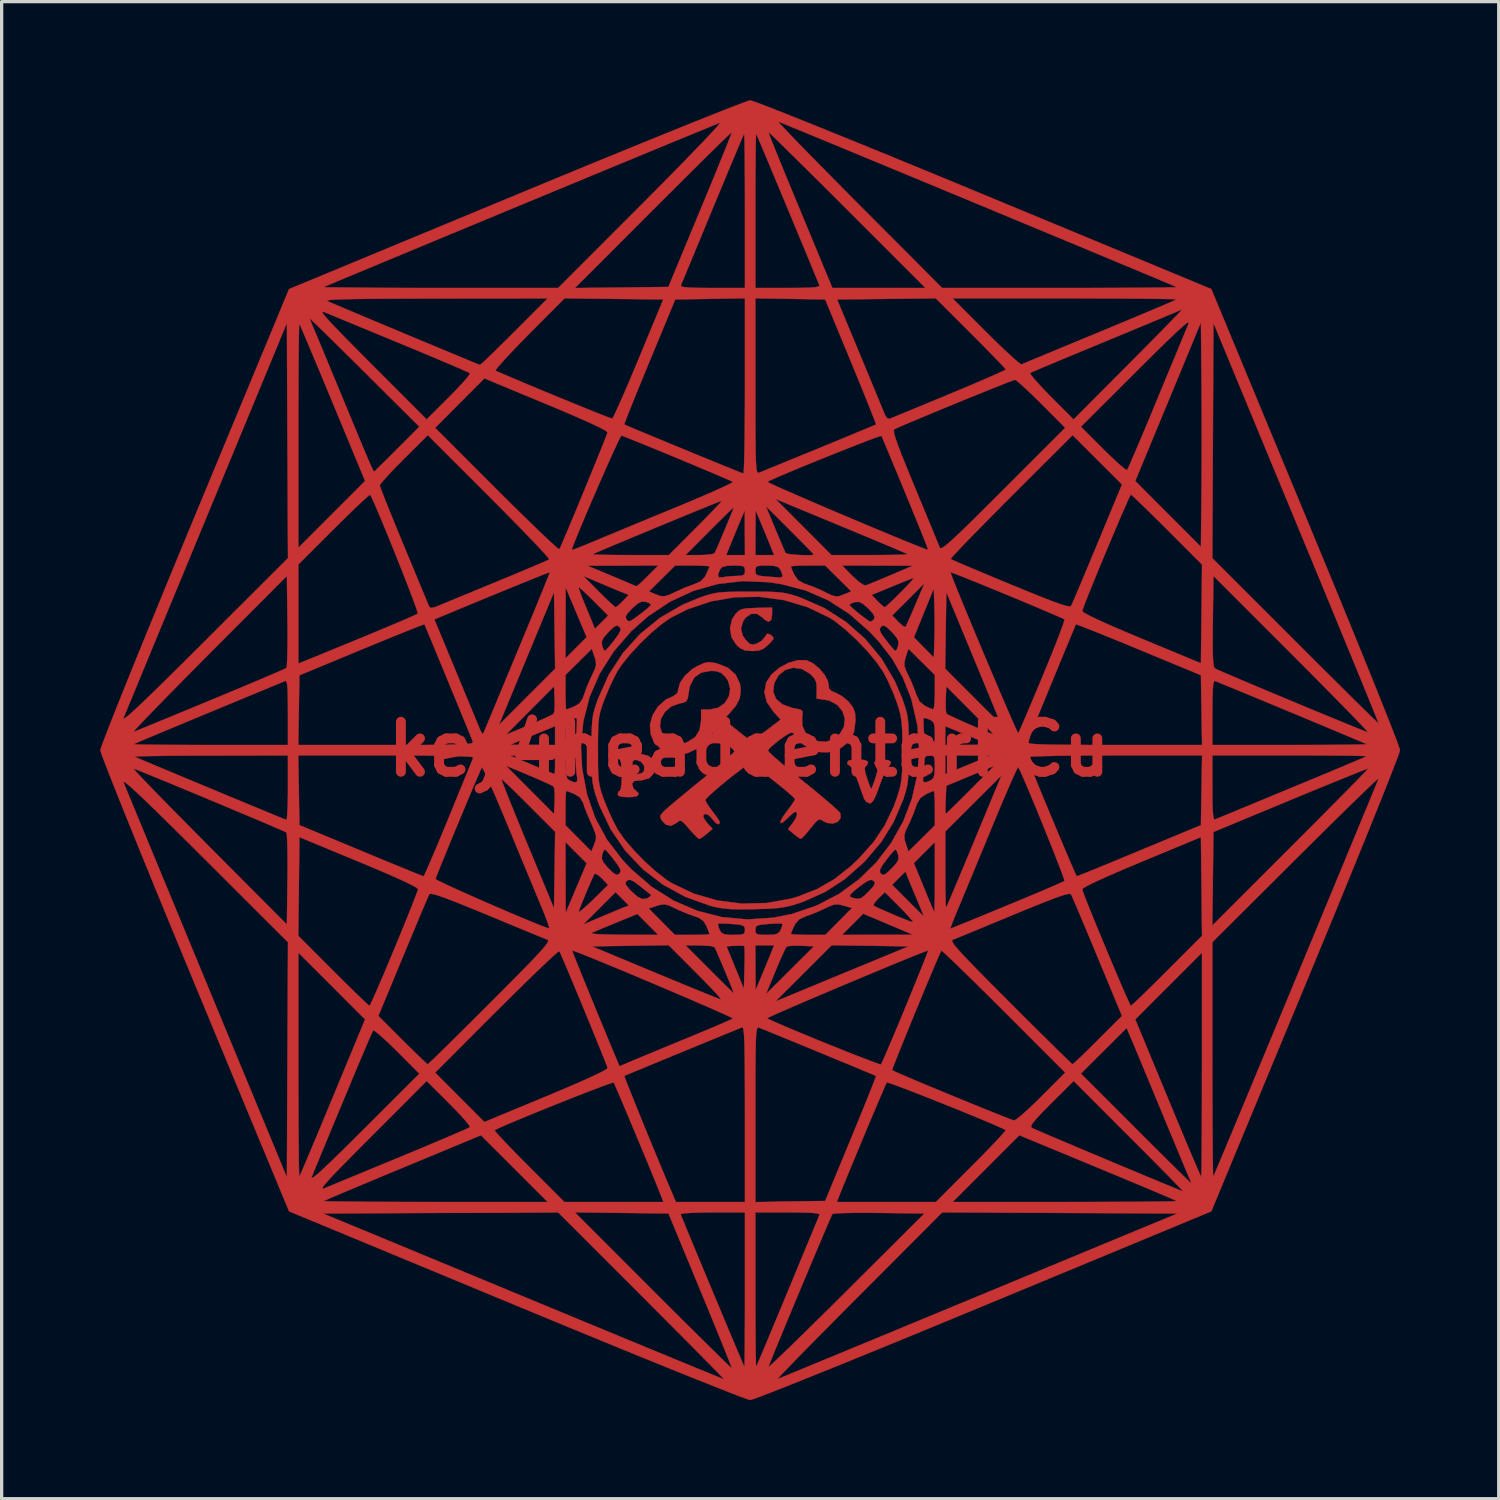
<source format=kicad_pcb>
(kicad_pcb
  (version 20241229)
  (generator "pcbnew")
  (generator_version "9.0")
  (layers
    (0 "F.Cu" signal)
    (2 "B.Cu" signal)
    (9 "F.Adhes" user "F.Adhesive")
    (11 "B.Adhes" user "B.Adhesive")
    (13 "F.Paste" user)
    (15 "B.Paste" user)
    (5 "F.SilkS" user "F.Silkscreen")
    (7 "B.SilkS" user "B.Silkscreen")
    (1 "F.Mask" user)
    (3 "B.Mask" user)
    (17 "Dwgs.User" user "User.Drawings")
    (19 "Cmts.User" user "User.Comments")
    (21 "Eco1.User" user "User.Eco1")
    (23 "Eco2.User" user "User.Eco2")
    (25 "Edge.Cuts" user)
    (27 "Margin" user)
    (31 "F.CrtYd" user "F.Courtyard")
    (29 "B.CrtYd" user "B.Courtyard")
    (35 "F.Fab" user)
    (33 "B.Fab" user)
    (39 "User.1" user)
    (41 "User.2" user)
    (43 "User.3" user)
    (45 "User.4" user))
  (footprint "key4headcenterFCu"
    (layer "F.Cu")
    (at 19.745 19.746)
    (property "Reference" "key4headcenterFCu" (at 0 0 0) (layer "F.Cu") (effects (font (size 1.524 1.524) (thickness 0.3))))
    (attr through_hole)
    (fp_poly (pts (xy 0.699 -4.091) (xy 0.671 -3.926) (xy 0.592 -3.876) (xy 0.47 -3.943) (xy 0.413 -4) (xy 0.24 -4.117) (xy 0.058 -4.116) (xy -0.107 -4.002) (xy -0.181 -3.894) (xy -0.249 -3.669) (xy -0.198 -3.46) (xy -0.102 -3.323) (xy 0.014 -3.208) (xy 0.116 -3.18) (xy 0.23 -3.209) (xy 0.386 -3.302) (xy 0.48 -3.413) (xy 0.545 -3.509) (xy 0.621 -3.499) (xy 0.669 -3.467) (xy 0.735 -3.407) (xy 0.734 -3.347) (xy 0.656 -3.25) (xy 0.589 -3.183) (xy 0.433 -3.052) (xy 0.273 -2.995) (xy 0.095 -2.985) (xy -0.119 -3.002) (xy -0.273 -3.072) (xy -0.386 -3.17) (xy -0.535 -3.402) (xy -0.581 -3.671) (xy -0.524 -3.939) (xy -0.418 -4.108) (xy -0.328 -4.2) (xy -0.231 -4.255) (xy -0.09 -4.283) (xy 0.131 -4.295) (xy 0.217 -4.298) (xy 0.699 -4.309) (xy 0.699 -4.091)) (stroke (width 0.01) (type solid)) (fill yes) (layer "F.Cu"))
    (fp_poly (pts (xy 4.246 0.336) (xy 4.317 0.392) (xy 4.318 0.406) (xy 4.269 0.507) (xy 4.239 0.526) (xy 4.184 0.596) (xy 4.105 0.759) (xy 4.014 0.984) (xy 3.971 1.104) (xy 3.87 1.38) (xy 3.789 1.551) (xy 3.719 1.634) (xy 3.668 1.651) (xy 3.559 1.598) (xy 3.5 1.508) (xy 3.453 1.377) (xy 3.379 1.171) (xy 3.296 0.937) (xy 3.211 0.726) (xy 3.13 0.573) (xy 3.068 0.508) (xy 3.064 0.508) (xy 2.994 0.457) (xy 2.985 0.413) (xy 3.018 0.353) (xy 3.136 0.324) (xy 3.302 0.318) (xy 3.506 0.329) (xy 3.603 0.367) (xy 3.619 0.407) (xy 3.576 0.504) (xy 3.547 0.522) (xy 3.515 0.58) (xy 3.538 0.725) (xy 3.584 0.876) (xy 3.647 1.058) (xy 3.696 1.178) (xy 3.715 1.206) (xy 3.745 1.152) (xy 3.799 1.011) (xy 3.846 0.876) (xy 3.906 0.665) (xy 3.91 0.551) (xy 3.883 0.522) (xy 3.816 0.446) (xy 3.81 0.407) (xy 3.86 0.343) (xy 4.016 0.318) (xy 4.064 0.318) (xy 4.246 0.336)) (stroke (width 0.01) (type solid)) (fill yes) (layer "F.Cu"))
    (fp_poly (pts (xy -3.279 0.146) (xy -3.06 0.206) (xy -2.931 0.316) (xy -2.874 0.485) (xy -2.87 0.519) (xy -2.902 0.737) (xy -3.036 0.882) (xy -3.264 0.949) (xy -3.348 0.953) (xy -3.495 0.969) (xy -3.551 1.031) (xy -3.556 1.081) (xy -3.515 1.204) (xy -3.461 1.247) (xy -3.376 1.327) (xy -3.365 1.372) (xy -3.408 1.429) (xy -3.547 1.456) (xy -3.683 1.46) (xy -3.883 1.45) (xy -3.98 1.415) (xy -4 1.365) (xy -3.966 1.281) (xy -3.937 1.27) (xy -3.905 1.211) (xy -3.883 1.051) (xy -3.874 0.816) (xy -3.873 0.794) (xy -3.881 0.554) (xy -3.884 0.535) (xy -3.556 0.535) (xy -3.545 0.687) (xy -3.493 0.751) (xy -3.395 0.762) (xy -3.256 0.725) (xy -3.195 0.658) (xy -3.195 0.507) (xy -3.291 0.381) (xy -3.42 0.329) (xy -3.511 0.333) (xy -3.549 0.404) (xy -3.556 0.535) (xy -3.884 0.535) (xy -3.903 0.387) (xy -3.934 0.318) (xy -3.937 0.318) (xy -3.993 0.266) (xy -4 0.222) (xy -3.972 0.168) (xy -3.872 0.139) (xy -3.675 0.128) (xy -3.604 0.128) (xy -3.279 0.146)) (stroke (width 0.01) (type solid)) (fill yes) (layer "F.Cu"))
    (fp_poly (pts (xy 0.423 -4.792) (xy 0.715 -4.785) (xy 0.939 -4.77) (xy 1.122 -4.743) (xy 1.294 -4.701) (xy 1.483 -4.641) (xy 1.556 -4.615) (xy 2.288 -4.294) (xy 2.95 -3.87) (xy 3.535 -3.352) (xy 4.033 -2.749) (xy 4.434 -2.07) (xy 4.66 -1.536) (xy 4.735 -1.322) (xy 4.788 -1.144) (xy 4.823 -0.972) (xy 4.844 -0.779) (xy 4.854 -0.533) (xy 4.857 -0.207) (xy 4.857 0.032) (xy 4.856 0.423) (xy 4.849 0.716) (xy 4.834 0.939) (xy 4.807 1.123) (xy 4.764 1.295) (xy 4.704 1.485) (xy 4.679 1.556) (xy 4.394 2.222) (xy 4.023 2.822) (xy 3.546 3.385) (xy 3.466 3.466) (xy 2.907 3.959) (xy 2.318 4.342) (xy 1.671 4.634) (xy 1.556 4.675) (xy 1.326 4.748) (xy 1.117 4.799) (xy 0.893 4.833) (xy 0.621 4.854) (xy 0.265 4.866) (xy 0.159 4.869) (xy -0.241 4.874) (xy -0.548 4.868) (xy -0.794 4.847) (xy -1.012 4.809) (xy -1.175 4.768) (xy -1.931 4.499) (xy -2.621 4.124) (xy -3.236 3.651) (xy -3.769 3.088) (xy -4.211 2.441) (xy -4.556 1.718) (xy -4.615 1.556) (xy -4.683 1.354) (xy -4.731 1.179) (xy -4.763 1.003) (xy -4.781 0.795) (xy -4.791 0.528) (xy -4.794 0.173) (xy -4.794 0.032) (xy -4.6 0.032) (xy -4.599 0.418) (xy -4.593 0.706) (xy -4.579 0.924) (xy -4.553 1.1) (xy -4.512 1.264) (xy -4.452 1.443) (xy -4.407 1.566) (xy -4.285 1.865) (xy -4.144 2.172) (xy -4.011 2.428) (xy -3.996 2.454) (xy -3.789 2.75) (xy -3.505 3.082) (xy -3.176 3.419) (xy -2.833 3.728) (xy -2.508 3.98) (xy -2.349 4.081) (xy -1.682 4.397) (xy -0.967 4.604) (xy -0.224 4.7) (xy 0.526 4.683) (xy 1.263 4.551) (xy 1.492 4.484) (xy 2.075 4.255) (xy 2.599 3.953) (xy 3.098 3.558) (xy 3.334 3.334) (xy 3.781 2.834) (xy 4.127 2.321) (xy 4.396 1.758) (xy 4.493 1.492) (xy 4.561 1.281) (xy 4.608 1.095) (xy 4.639 0.904) (xy 4.656 0.677) (xy 4.663 0.382) (xy 4.665 0.032) (xy 4.663 -0.351) (xy 4.655 -0.638) (xy 4.636 -0.86) (xy 4.605 -1.049) (xy 4.555 -1.236) (xy 4.493 -1.429) (xy 4.375 -1.738) (xy 4.229 -2.065) (xy 4.086 -2.342) (xy 4.081 -2.349) (xy 3.874 -2.652) (xy 3.592 -2.99) (xy 3.266 -3.33) (xy 2.928 -3.642) (xy 2.609 -3.895) (xy 2.454 -3.996) (xy 1.777 -4.322) (xy 1.059 -4.536) (xy 0.318 -4.636) (xy -0.429 -4.623) (xy -1.166 -4.496) (xy -1.876 -4.256) (xy -2.391 -3.996) (xy -2.671 -3.8) (xy -2.99 -3.53) (xy -3.317 -3.215) (xy -3.621 -2.887) (xy -3.871 -2.577) (xy -3.996 -2.391) (xy -4.126 -2.146) (xy -4.268 -1.841) (xy -4.393 -1.538) (xy -4.407 -1.503) (xy -4.48 -1.301) (xy -4.531 -1.132) (xy -4.566 -0.966) (xy -4.586 -0.776) (xy -4.596 -0.533) (xy -4.6 -0.207) (xy -4.6 0.032) (xy -4.794 0.032) (xy -4.793 -0.355) (xy -4.787 -0.644) (xy -4.773 -0.864) (xy -4.747 -1.045) (xy -4.704 -1.216) (xy -4.643 -1.406) (xy -4.597 -1.536) (xy -4.27 -2.264) (xy -3.841 -2.923) (xy -3.319 -3.503) (xy -2.712 -3.996) (xy -2.029 -4.393) (xy -1.492 -4.615) (xy -1.291 -4.683) (xy -1.116 -4.731) (xy -0.94 -4.763) (xy -0.733 -4.781) (xy -0.467 -4.79) (xy -0.112 -4.793) (xy 0.032 -4.793) (xy 0.423 -4.792)) (stroke (width 0.01) (type solid)) (fill yes) (layer "F.Cu"))
    (fp_poly (pts (xy 1.741 -2.706) (xy 1.752 -2.703) (xy 1.946 -2.611) (xy 2.139 -2.451) (xy 2.301 -2.257) (xy 2.399 -2.066) (xy 2.413 -1.981) (xy 2.433 -1.842) (xy 2.516 -1.761) (xy 2.632 -1.716) (xy 2.814 -1.62) (xy 2.998 -1.472) (xy 3.045 -1.423) (xy 3.167 -1.26) (xy 3.224 -1.1) (xy 3.238 -0.878) (xy 3.238 -0.871) (xy 3.19 -0.514) (xy 3.044 -0.237) (xy 2.799 -0.038) (xy 2.451 0.085) (xy 2.397 0.096) (xy 2.139 0.09) (xy 1.864 -0.003) (xy 1.622 -0.158) (xy 1.479 -0.323) (xy 1.386 -0.449) (xy 1.307 -0.507) (xy 1.301 -0.508) (xy 1.207 -0.471) (xy 1.058 -0.379) (xy 0.886 -0.255) (xy 0.726 -0.126) (xy 0.611 -0.017) (xy 0.573 0.041) (xy 0.62 0.101) (xy 0.753 0.227) (xy 0.956 0.406) (xy 1.217 0.626) (xy 1.52 0.875) (xy 1.655 0.984) (xy 1.975 1.243) (xy 2.26 1.481) (xy 2.497 1.684) (xy 2.67 1.839) (xy 2.764 1.933) (xy 2.777 1.951) (xy 2.783 2.101) (xy 2.697 2.211) (xy 2.55 2.264) (xy 2.374 2.245) (xy 2.269 2.194) (xy 2.182 2.145) (xy 2.112 2.147) (xy 2.03 2.213) (xy 1.907 2.361) (xy 1.868 2.41) (xy 1.732 2.574) (xy 1.626 2.689) (xy 1.575 2.728) (xy 1.502 2.692) (xy 1.38 2.6) (xy 1.357 2.581) (xy 1.183 2.431) (xy 1.322 2.255) (xy 1.423 2.096) (xy 1.46 1.971) (xy 1.427 1.908) (xy 1.409 1.905) (xy 1.336 1.947) (xy 1.218 2.052) (xy 1.177 2.093) (xy 1.035 2.223) (xy 0.96 2.254) (xy 0.954 2.2) (xy 1.018 2.073) (xy 1.144 1.896) (xy 1.275 1.723) (xy 1.366 1.588) (xy 1.397 1.524) (xy 1.35 1.464) (xy 1.222 1.347) (xy 1.038 1.192) (xy 0.82 1.015) (xy 0.591 0.836) (xy 0.374 0.672) (xy 0.191 0.54) (xy 0.066 0.461) (xy 0.026 0.445) (xy -0.054 0.483) (xy -0.204 0.586) (xy -0.402 0.734) (xy -0.625 0.91) (xy -0.851 1.095) (xy -1.056 1.271) (xy -1.219 1.418) (xy -1.316 1.52) (xy -1.333 1.55) (xy -1.296 1.635) (xy -1.2 1.78) (xy -1.111 1.898) (xy -0.989 2.06) (xy -0.908 2.185) (xy -0.889 2.231) (xy -0.923 2.287) (xy -1.004 2.255) (xy -1.103 2.148) (xy -1.117 2.127) (xy -1.221 2.015) (xy -1.323 1.969) (xy -1.389 2.001) (xy -1.397 2.044) (xy -1.357 2.139) (xy -1.259 2.266) (xy -1.254 2.271) (xy -1.111 2.424) (xy -1.289 2.577) (xy -1.419 2.678) (xy -1.508 2.729) (xy -1.517 2.731) (xy -1.581 2.686) (xy -1.698 2.569) (xy -1.823 2.429) (xy -1.965 2.266) (xy -2.054 2.187) (xy -2.119 2.178) (xy -2.188 2.225) (xy -2.21 2.244) (xy -2.378 2.334) (xy -2.535 2.297) (xy -2.651 2.175) (xy -2.702 2.08) (xy -2.689 2.001) (xy -2.599 1.897) (xy -2.54 1.841) (xy -2.425 1.74) (xy -2.231 1.576) (xy -1.978 1.366) (xy -1.686 1.126) (xy -1.389 0.885) (xy -1.095 0.644) (xy -0.838 0.429) (xy -0.634 0.253) (xy -0.498 0.129) (xy -0.445 0.069) (xy -0.445 0.068) (xy -0.492 0.006) (xy -0.615 -0.106) (xy -0.786 -0.243) (xy -1.128 -0.501) (xy -1.324 -0.256) (xy -1.578 -0.02) (xy -1.867 0.119) (xy -2.167 0.164) (xy -2.455 0.117) (xy -2.708 -0.02) (xy -2.903 -0.242) (xy -2.993 -0.447) (xy -3.014 -0.696) (xy -2.714 -0.696) (xy -2.66 -0.512) (xy -2.541 -0.374) (xy -2.371 -0.25) (xy -2.348 -0.238) (xy -2.201 -0.164) (xy -2.113 -0.137) (xy -2.027 -0.154) (xy -1.886 -0.213) (xy -1.88 -0.216) (xy -1.644 -0.364) (xy -1.508 -0.58) (xy -1.461 -0.878) (xy -1.46 -0.903) (xy -1.46 -1.206) (xy -1.2 -1.206) (xy -0.941 -1.26) (xy -0.742 -1.401) (xy -0.616 -1.602) (xy -0.577 -1.835) (xy -0.638 -2.073) (xy -0.725 -2.203) (xy -0.852 -2.321) (xy -1 -2.372) (xy -1.168 -2.381) (xy -1.456 -2.33) (xy -1.667 -2.179) (xy -1.799 -1.93) (xy -1.838 -1.733) (xy -1.865 -1.55) (xy -1.912 -1.455) (xy -2.01 -1.411) (xy -2.124 -1.39) (xy -2.369 -1.3) (xy -2.561 -1.135) (xy -2.682 -0.924) (xy -2.714 -0.696) (xy -3.014 -0.696) (xy -3.018 -0.738) (xy -2.938 -1.032) (xy -2.771 -1.298) (xy -2.533 -1.508) (xy -2.302 -1.616) (xy -2.182 -1.706) (xy -2.159 -1.805) (xy -2.103 -2.016) (xy -1.953 -2.236) (xy -1.735 -2.432) (xy -1.57 -2.531) (xy -1.378 -2.618) (xy -1.232 -2.649) (xy -1.071 -2.63) (xy -0.967 -2.606) (xy -0.639 -2.472) (xy -0.407 -2.263) (xy -0.278 -1.988) (xy -0.254 -1.777) (xy -0.286 -1.549) (xy -0.394 -1.332) (xy -0.585 -1.103) (xy -0.773 -0.904) (xy -0.371 -0.579) (xy -0.181 -0.428) (xy -0.029 -0.315) (xy 0.059 -0.257) (xy 0.069 -0.254) (xy 0.134 -0.29) (xy 0.274 -0.385) (xy 0.462 -0.522) (xy 0.534 -0.576) (xy 0.959 -0.898) (xy 0.737 -1.144) (xy 0.538 -1.434) (xy 0.465 -1.726) (xy 0.47 -1.748) (xy 0.733 -1.748) (xy 0.817 -1.531) (xy 1.011 -1.364) (xy 1.307 -1.256) (xy 1.384 -1.24) (xy 1.552 -1.206) (xy 1.623 -1.159) (xy 1.629 -1.065) (xy 1.615 -0.986) (xy 1.618 -0.718) (xy 1.719 -0.495) (xy 1.891 -0.331) (xy 2.109 -0.238) (xy 2.349 -0.227) (xy 2.586 -0.31) (xy 2.746 -0.443) (xy 2.885 -0.677) (xy 2.913 -0.923) (xy 2.841 -1.155) (xy 2.681 -1.348) (xy 2.443 -1.475) (xy 2.312 -1.503) (xy 2.052 -1.538) (xy 2.058 -1.822) (xy 2.047 -2.02) (xy 1.984 -2.159) (xy 1.856 -2.291) (xy 1.608 -2.44) (xy 1.347 -2.478) (xy 1.1 -2.41) (xy 0.895 -2.246) (xy 0.764 -2.007) (xy 0.733 -1.748) (xy 0.47 -1.748) (xy 0.518 -2.022) (xy 0.528 -2.045) (xy 0.679 -2.272) (xy 0.913 -2.471) (xy 1.193 -2.623) (xy 1.481 -2.708) (xy 1.741 -2.706)) (stroke (width 0.01) (type solid)) (fill yes) (layer "F.Cu"))
    (fp_poly (pts (xy 0.116 -19.717) (xy 0.31 -19.647) (xy 0.608 -19.533) (xy 1.002 -19.378) (xy 1.487 -19.185) (xy 2.055 -18.957) (xy 2.7 -18.696) (xy 3.415 -18.406) (xy 4.193 -18.088) (xy 5.027 -17.745) (xy 5.911 -17.381) (xy 6.837 -16.998) (xy 7.143 -16.871) (xy 14.064 -14) (xy 16.934 -7.08) (xy 17.318 -6.153) (xy 17.685 -5.265) (xy 18.032 -4.421) (xy 18.356 -3.629) (xy 18.655 -2.895) (xy 18.926 -2.227) (xy 19.165 -1.632) (xy 19.371 -1.116) (xy 19.541 -0.687) (xy 19.671 -0.351) (xy 19.758 -0.116) (xy 19.801 0.012) (xy 19.805 0.032) (xy 19.781 0.115) (xy 19.711 0.308) (xy 19.597 0.604) (xy 19.444 0.995) (xy 19.253 1.475) (xy 19.028 2.037) (xy 18.771 2.672) (xy 18.485 3.375) (xy 18.173 4.138) (xy 17.839 4.953) (xy 17.484 5.814) (xy 17.112 6.713) (xy 16.934 7.143) (xy 14.064 14.064) (xy 7.143 16.935) (xy 6.204 17.323) (xy 5.306 17.694) (xy 4.455 18.044) (xy 3.658 18.37) (xy 2.923 18.67) (xy 2.255 18.94) (xy 1.661 19.179) (xy 1.149 19.384) (xy 0.724 19.551) (xy 0.394 19.678) (xy 0.166 19.763) (xy 0.046 19.802) (xy 0.032 19.804) (xy -0.051 19.78) (xy -0.243 19.71) (xy -0.538 19.597) (xy -0.928 19.444) (xy -1.406 19.254) (xy -1.964 19.03) (xy -2.595 18.775) (xy -3.292 18.492) (xy -4.047 18.183) (xy -4.853 17.852) (xy -5.702 17.503) (xy -6.588 17.137) (xy -7.079 16.933) (xy -13.839 14.129) (xy -12.967 14.129) (xy -6.881 16.651) (xy -6.046 16.997) (xy -5.244 17.329) (xy -4.483 17.644) (xy -3.771 17.938) (xy -3.116 18.209) (xy -2.525 18.453) (xy -2.006 18.667) (xy -1.566 18.848) (xy -1.215 18.992) (xy -0.959 19.097) (xy -0.805 19.159) (xy -0.762 19.175) (xy -0.769 19.168) (xy 0.864 19.168) (xy 0.931 19.141) (xy 1.108 19.069) (xy 1.386 18.954) (xy 1.758 18.801) (xy 2.216 18.611) (xy 2.752 18.39) (xy 3.358 18.139) (xy 4.027 17.863) (xy 4.75 17.563) (xy 5.52 17.244) (xy 6.328 16.909) (xy 6.985 16.637) (xy 13.036 14.129) (xy 5.875 14.096) (xy 3.334 16.643) (xy 2.868 17.111) (xy 2.433 17.551) (xy 2.034 17.954) (xy 1.682 18.312) (xy 1.382 18.619) (xy 1.144 18.865) (xy 0.974 19.043) (xy 0.88 19.146) (xy 0.864 19.168) (xy -0.769 19.168) (xy -0.8 19.132) (xy -0.919 19.007) (xy -1.113 18.809) (xy -1.374 18.544) (xy -1.692 18.222) (xy -2.061 17.85) (xy -2.473 17.436) (xy -2.92 16.988) (xy -3.271 16.636) (xy -5.812 14.096) (xy -9.389 14.112) (xy -12.967 14.129) (xy -13.839 14.129) (xy -13.92 14.095) (xy -5.302 14.095) (xy -2.924 16.475) (xy -2.471 16.927) (xy -2.045 17.351) (xy -1.656 17.738) (xy -1.311 18.079) (xy -1.018 18.367) (xy -0.786 18.594) (xy -0.624 18.75) (xy -0.538 18.829) (xy -0.528 18.837) (xy -0.547 18.776) (xy -0.611 18.611) (xy -0.713 18.354) (xy -0.849 18.017) (xy -1.013 17.613) (xy -1.201 17.154) (xy -1.407 16.653) (xy -1.482 16.474) (xy -2.444 14.151) (xy -2.085 14.151) (xy -2.024 14.301) (xy -1.927 14.54) (xy -1.798 14.852) (xy -1.645 15.221) (xy -1.473 15.634) (xy -1.29 16.074) (xy -1.101 16.527) (xy -0.912 16.977) (xy -0.731 17.41) (xy -0.563 17.81) (xy -0.415 18.161) (xy -0.293 18.45) (xy -0.204 18.66) (xy -0.153 18.777) (xy -0.144 18.796) (xy 0.588 18.796) (xy 0.625 18.771) (xy 0.744 18.664) (xy 0.936 18.482) (xy 1.194 18.234) (xy 1.509 17.928) (xy 1.873 17.571) (xy 2.279 17.171) (xy 2.718 16.736) (xy 2.945 16.51) (xy 5.335 14.129) (xy 3.958 14.112) (xy 3.552 14.109) (xy 3.189 14.11) (xy 2.888 14.116) (xy 2.669 14.125) (xy 2.55 14.138) (xy 2.535 14.143) (xy 2.504 14.208) (xy 2.431 14.374) (xy 2.323 14.627) (xy 2.185 14.951) (xy 2.024 15.331) (xy 1.847 15.751) (xy 1.66 16.196) (xy 1.47 16.651) (xy 1.283 17.099) (xy 1.105 17.527) (xy 0.944 17.918) (xy 0.804 18.256) (xy 0.694 18.528) (xy 0.618 18.716) (xy 0.588 18.796) (xy -0.144 18.796) (xy -0.14 18.735) (xy -0.136 18.561) (xy -0.133 18.287) (xy -0.131 17.929) (xy -0.129 17.5) (xy -0.127 17.013) (xy -0.127 16.483) (xy -0.127 16.447) (xy -0.127 14.097) (xy 0.191 14.097) (xy 0.191 16.457) (xy 0.191 16.989) (xy 0.193 17.478) (xy 0.196 17.909) (xy 0.199 18.27) (xy 0.204 18.547) (xy 0.209 18.725) (xy 0.214 18.791) (xy 0.215 18.791) (xy 0.244 18.728) (xy 0.316 18.561) (xy 0.426 18.302) (xy 0.568 17.965) (xy 0.736 17.561) (xy 0.926 17.105) (xy 1.133 16.609) (xy 1.174 16.51) (xy 1.383 16.005) (xy 1.577 15.535) (xy 1.752 15.114) (xy 1.901 14.755) (xy 2.018 14.471) (xy 2.099 14.275) (xy 2.138 14.181) (xy 2.14 14.176) (xy 2.125 14.145) (xy 2.04 14.123) (xy 1.872 14.108) (xy 1.606 14.1) (xy 1.229 14.097) (xy 1.182 14.097) (xy 0.191 14.097) (xy -0.127 14.097) (xy -1.117 14.097) (xy -1.453 14.1) (xy -1.737 14.109) (xy -1.949 14.123) (xy -2.068 14.14) (xy -2.085 14.151) (xy -2.444 14.151) (xy -2.453 14.129) (xy -3.878 14.112) (xy -5.302 14.095) (xy -13.92 14.095) (xy -13.999 14.062) (xy -14.128 13.752) (xy -12.947 13.752) (xy -12.891 13.757) (xy -12.719 13.762) (xy -12.444 13.766) (xy -12.075 13.77) (xy -11.625 13.774) (xy -11.106 13.776) (xy -10.528 13.778) (xy -9.904 13.779) (xy -9.552 13.78) (xy -6.128 13.78) (xy -7.144 12.764) (xy -8.16 11.749) (xy -10.54 12.737) (xy -11.057 12.951) (xy -11.536 13.152) (xy -11.966 13.332) (xy -12.333 13.486) (xy -12.626 13.61) (xy -12.831 13.699) (xy -12.936 13.746) (xy -12.947 13.752) (xy -14.128 13.752) (xy -14.288 13.366) (xy -12.988 13.366) (xy -12.963 13.375) (xy -12.922 13.362) (xy -12.804 13.313) (xy -12.585 13.222) (xy -12.279 13.095) (xy -11.902 12.94) (xy -11.47 12.761) (xy -10.998 12.566) (xy -10.604 12.403) (xy -10.123 12.203) (xy -9.679 12.017) (xy -9.285 11.851) (xy -8.956 11.711) (xy -8.706 11.602) (xy -8.694 11.597) (xy -7.744 11.597) (xy -7.709 11.648) (xy -7.596 11.775) (xy -7.417 11.967) (xy -7.183 12.21) (xy -6.906 12.492) (xy -6.697 12.702) (xy -5.621 13.78) (xy -2.607 13.78) (xy -2.662 13.637) (xy -2.737 13.446) (xy -2.845 13.179) (xy -2.979 12.852) (xy -3.131 12.483) (xy -3.294 12.09) (xy -3.461 11.691) (xy -3.624 11.302) (xy -3.775 10.943) (xy -3.908 10.629) (xy -4.015 10.38) (xy -4.089 10.213) (xy -4.121 10.144) (xy -4.122 10.144) (xy -4.186 10.159) (xy -4.349 10.215) (xy -4.595 10.306) (xy -4.906 10.425) (xy -5.264 10.564) (xy -5.651 10.718) (xy -6.051 10.878) (xy -6.446 11.038) (xy -6.819 11.191) (xy -7.151 11.329) (xy -7.426 11.446) (xy -7.625 11.535) (xy -7.733 11.589) (xy -7.744 11.597) (xy -8.694 11.597) (xy -8.547 11.531) (xy -8.494 11.503) (xy -8.52 11.445) (xy -8.624 11.315) (xy -8.789 11.13) (xy -9.003 10.905) (xy -9.13 10.777) (xy -9.812 10.097) (xy -11.494 11.782) (xy -11.93 12.219) (xy -12.281 12.575) (xy -12.554 12.855) (xy -12.755 13.068) (xy -12.89 13.219) (xy -12.965 13.316) (xy -12.988 13.366) (xy -14.288 13.366) (xy -14.417 13.054) (xy -13.313 13.054) (xy -13.261 13.031) (xy -13.149 12.943) (xy -12.974 12.785) (xy -12.729 12.553) (xy -12.409 12.242) (xy -12.009 11.848) (xy -11.718 11.558) (xy -10.034 9.876) (xy -10.067 9.842) (xy -9.555 9.842) (xy -8.055 11.346) (xy -6.171 10.564) (xy -5.6 10.324) (xy -5.127 10.12) (xy -4.758 9.953) (xy -4.736 9.943) (xy -3.798 9.943) (xy -3.779 10.001) (xy -3.718 10.161) (xy -3.622 10.404) (xy -3.497 10.715) (xy -3.351 11.077) (xy -3.19 11.472) (xy -3.021 11.885) (xy -2.85 12.299) (xy -2.685 12.697) (xy -2.532 13.063) (xy -2.399 13.379) (xy -2.356 13.478) (xy -2.227 13.78) (xy -0.127 13.78) (xy -0.127 11.107) (xy 0.191 11.107) (xy 0.191 13.783) (xy 0.378 13.78) (xy 2.67 13.78) (xy 5.685 13.78) (xy 6.192 13.78) (xy 9.615 13.78) (xy 10.26 13.779) (xy 10.864 13.777) (xy 11.416 13.775) (xy 11.905 13.772) (xy 12.318 13.767) (xy 12.645 13.763) (xy 12.874 13.758) (xy 12.993 13.752) (xy 13.008 13.749) (xy 12.945 13.719) (xy 12.776 13.645) (xy 12.516 13.534) (xy 12.175 13.39) (xy 11.768 13.219) (xy 11.306 13.026) (xy 10.802 12.817) (xy 10.6 12.733) (xy 8.223 11.748) (xy 6.192 13.78) (xy 5.685 13.78) (xy 6.76 12.702) (xy 7.059 12.401) (xy 7.323 12.129) (xy 7.541 11.9) (xy 7.701 11.726) (xy 7.79 11.62) (xy 7.804 11.593) (xy 7.728 11.551) (xy 7.56 11.474) (xy 8.579 11.474) (xy 8.592 11.519) (xy 8.594 11.52) (xy 8.666 11.554) (xy 8.839 11.63) (xy 9.098 11.741) (xy 9.427 11.881) (xy 9.81 12.043) (xy 10.232 12.221) (xy 10.678 12.408) (xy 11.131 12.599) (xy 11.576 12.785) (xy 11.997 12.961) (xy 12.38 13.12) (xy 12.708 13.256) (xy 12.965 13.361) (xy 13.137 13.431) (xy 13.208 13.457) (xy 13.171 13.415) (xy 13.055 13.293) (xy 12.868 13.101) (xy 12.62 12.848) (xy 12.32 12.545) (xy 11.978 12.201) (xy 11.604 11.826) (xy 11.557 11.78) (xy 9.876 10.097) (xy 9.19 10.779) (xy 8.919 11.053) (xy 8.733 11.252) (xy 8.623 11.389) (xy 8.579 11.474) (xy 7.56 11.474) (xy 7.555 11.472) (xy 7.301 11.362) (xy 6.984 11.229) (xy 6.622 11.08) (xy 6.232 10.921) (xy 5.832 10.761) (xy 5.439 10.605) (xy 5.071 10.461) (xy 4.745 10.335) (xy 4.479 10.236) (xy 4.29 10.169) (xy 4.195 10.142) (xy 4.188 10.143) (xy 4.156 10.209) (xy 4.084 10.374) (xy 3.978 10.621) (xy 3.845 10.933) (xy 3.694 11.291) (xy 3.531 11.678) (xy 3.365 12.077) (xy 3.202 12.469) (xy 3.049 12.837) (xy 2.915 13.164) (xy 2.807 13.431) (xy 2.731 13.621) (xy 2.725 13.637) (xy 2.67 13.78) (xy 0.378 13.78) (xy 1.253 13.765) (xy 2.315 13.748) (xy 3.099 11.852) (xy 3.287 11.394) (xy 3.459 10.974) (xy 3.607 10.607) (xy 3.726 10.308) (xy 3.811 10.089) (xy 3.856 9.966) (xy 3.862 9.943) (xy 3.801 9.916) (xy 3.64 9.849) (xy 3.449 9.769) (xy 4.352 9.769) (xy 4.419 9.803) (xy 4.586 9.877) (xy 4.836 9.985) (xy 5.151 10.118) (xy 5.514 10.27) (xy 5.908 10.433) (xy 6.314 10.601) (xy 6.717 10.766) (xy 7.097 10.92) (xy 7.437 11.058) (xy 7.721 11.171) (xy 7.931 11.252) (xy 8.048 11.294) (xy 8.066 11.298) (xy 8.141 11.257) (xy 8.287 11.139) (xy 8.488 10.961) (xy 8.725 10.736) (xy 8.89 10.572) (xy 9.588 9.873) (xy 10.096 9.873) (xy 11.763 11.54) (xy 12.14 11.918) (xy 12.489 12.265) (xy 12.799 12.573) (xy 13.06 12.831) (xy 13.262 13.029) (xy 13.395 13.158) (xy 13.449 13.208) (xy 13.449 13.208) (xy 13.445 13.168) (xy 13.441 13.16) (xy 13.411 13.092) (xy 13.338 12.921) (xy 13.228 12.66) (xy 13.088 12.323) (xy 12.922 11.924) (xy 12.736 11.478) (xy 12.585 11.113) (xy 12.383 10.624) (xy 12.19 10.16) (xy 12.014 9.736) (xy 11.862 9.37) (xy 11.74 9.078) (xy 11.655 8.875) (xy 11.622 8.799) (xy 11.488 8.485) (xy 10.096 9.873) (xy 9.588 9.873) (xy 9.619 9.842) (xy 7.749 7.971) (xy 7.349 7.572) (xy 6.976 7.203) (xy 6.641 6.874) (xy 6.353 6.594) (xy 6.121 6.372) (xy 5.955 6.217) (xy 5.864 6.138) (xy 5.85 6.131) (xy 5.816 6.197) (xy 5.743 6.363) (xy 5.637 6.61) (xy 5.505 6.921) (xy 5.355 7.279) (xy 5.195 7.667) (xy 5.03 8.067) (xy 4.868 8.462) (xy 4.716 8.834) (xy 4.582 9.167) (xy 4.472 9.443) (xy 4.394 9.644) (xy 4.355 9.754) (xy 4.352 9.769) (xy 3.449 9.769) (xy 3.396 9.747) (xy 3.088 9.619) (xy 2.733 9.472) (xy 2.348 9.313) (xy 1.952 9.149) (xy 1.56 8.988) (xy 1.193 8.837) (xy 0.865 8.703) (xy 0.597 8.593) (xy 0.404 8.514) (xy 0.305 8.475) (xy 0.302 8.473) (xy 0.274 8.469) (xy 0.252 8.486) (xy 0.234 8.536) (xy 0.22 8.629) (xy 0.209 8.776) (xy 0.202 8.988) (xy 0.196 9.277) (xy 0.193 9.653) (xy 0.191 10.128) (xy 0.191 10.713) (xy 0.191 11.107) (xy -0.127 11.107) (xy -0.127 11.106) (xy -0.128 10.438) (xy -0.13 9.888) (xy -0.133 9.444) (xy -0.139 9.098) (xy -0.147 8.838) (xy -0.158 8.654) (xy -0.172 8.538) (xy -0.189 8.477) (xy -0.21 8.464) (xy -0.212 8.464) (xy -0.306 8.502) (xy -0.494 8.579) (xy -0.759 8.687) (xy -1.084 8.821) (xy -1.45 8.971) (xy -1.841 9.132) (xy -2.24 9.296) (xy -2.627 9.456) (xy -2.987 9.605) (xy -3.301 9.735) (xy -3.553 9.839) (xy -3.724 9.911) (xy -3.797 9.942) (xy -3.798 9.943) (xy -4.736 9.943) (xy -4.495 9.826) (xy -4.344 9.74) (xy -4.305 9.701) (xy -4.335 9.617) (xy -4.406 9.436) (xy -4.511 9.175) (xy -4.641 8.854) (xy -4.79 8.489) (xy -4.951 8.098) (xy -5.116 7.699) (xy -5.277 7.311) (xy -5.427 6.95) (xy -5.56 6.636) (xy -5.667 6.385) (xy -5.741 6.215) (xy -5.774 6.145) (xy -5.775 6.145) (xy -5.826 6.178) (xy -5.958 6.293) (xy -6.16 6.48) (xy -6.422 6.73) (xy -6.736 7.033) (xy -7.092 7.382) (xy -7.48 7.767) (xy -7.685 7.97) (xy -9.555 9.842) (xy -10.067 9.842) (xy -10.714 9.193) (xy -10.952 8.96) (xy -11.16 8.767) (xy -11.321 8.63) (xy -11.418 8.561) (xy -11.439 8.558) (xy -11.474 8.628) (xy -11.555 8.81) (xy -11.679 9.1) (xy -11.846 9.492) (xy -12.051 9.982) (xy -12.294 10.564) (xy -12.573 11.233) (xy -12.884 11.983) (xy -13.226 12.811) (xy -13.311 13.018) (xy -13.313 13.054) (xy -14.417 13.054) (xy -16.87 7.142) (xy -17.251 6.222) (xy -17.616 5.338) (xy -17.962 4.497) (xy -18.285 3.707) (xy -18.584 2.974) (xy -18.854 2.306) (xy -19.095 1.71) (xy -19.301 1.193) (xy -19.375 1.007) (xy -19.037 1.007) (xy -19.034 1.016) (xy -18.998 1.105) (xy -18.917 1.303) (xy -18.793 1.602) (xy -18.632 1.993) (xy -18.435 2.469) (xy -18.207 3.021) (xy -17.951 3.641) (xy -17.669 4.321) (xy -17.367 5.052) (xy -17.047 5.827) (xy -16.712 6.636) (xy -16.506 7.134) (xy -14.065 13.03) (xy -14.05 9.615) (xy -13.716 9.615) (xy -13.715 10.26) (xy -13.714 10.864) (xy -13.712 11.417) (xy -13.708 11.905) (xy -13.704 12.318) (xy -13.7 12.645) (xy -13.695 12.875) (xy -13.69 12.994) (xy -13.687 13.009) (xy -13.657 12.946) (xy -13.584 12.778) (xy -13.473 12.518) (xy -13.329 12.178) (xy -13.158 11.771) (xy -12.965 11.309) (xy -12.755 10.805) (xy -12.671 10.602) (xy -11.685 8.223) (xy -11.791 8.118) (xy -11.282 8.118) (xy -10.547 8.853) (xy -10.299 9.099) (xy -10.082 9.31) (xy -9.913 9.472) (xy -9.807 9.568) (xy -9.779 9.588) (xy -9.729 9.545) (xy -9.598 9.421) (xy -9.397 9.226) (xy -9.135 8.968) (xy -8.821 8.658) (xy -8.465 8.305) (xy -8.077 7.918) (xy -7.877 7.718) (xy -7.412 7.252) (xy -7.031 6.867) (xy -6.727 6.556) (xy -6.492 6.311) (xy -6.324 6.128) (xy -5.382 6.128) (xy -5.363 6.188) (xy -5.3 6.352) (xy -5.198 6.608) (xy -5.062 6.944) (xy -4.898 7.347) (xy -4.71 7.805) (xy -4.504 8.305) (xy -4.284 8.835) (xy -4.056 9.382) (xy -4.03 9.445) (xy -3.944 9.651) (xy -3.639 9.52) (xy -3.493 9.458) (xy -3.25 9.357) (xy -2.932 9.225) (xy -2.561 9.071) (xy -2.156 8.904) (xy -1.937 8.814) (xy -1.542 8.65) (xy -1.187 8.502) (xy -0.888 8.375) (xy -0.662 8.276) (xy -0.526 8.215) (xy -0.494 8.197) (xy -0.506 8.189) (xy 0.548 8.189) (xy 0.622 8.23) (xy 0.793 8.308) (xy 1.044 8.416) (xy 1.357 8.548) (xy 1.714 8.697) (xy 2.097 8.854) (xy 2.489 9.013) (xy 2.87 9.166) (xy 3.225 9.306) (xy 3.534 9.426) (xy 3.78 9.519) (xy 3.945 9.578) (xy 4.011 9.594) (xy 4.011 9.594) (xy 4.046 9.528) (xy 4.121 9.359) (xy 4.232 9.103) (xy 4.372 8.775) (xy 4.535 8.388) (xy 4.713 7.96) (xy 4.759 7.849) (xy 4.937 7.414) (xy 5.098 7.019) (xy 5.235 6.679) (xy 5.343 6.408) (xy 5.415 6.222) (xy 5.446 6.134) (xy 5.446 6.129) (xy 5.384 6.147) (xy 5.22 6.21) (xy 4.97 6.309) (xy 4.648 6.44) (xy 4.269 6.596) (xy 3.848 6.771) (xy 3.4 6.958) (xy 2.938 7.152) (xy 2.479 7.346) (xy 2.036 7.534) (xy 1.624 7.709) (xy 1.259 7.867) (xy 0.954 8) (xy 0.724 8.102) (xy 0.585 8.167) (xy 0.548 8.189) (xy -0.506 8.189) (xy -0.542 8.167) (xy -0.694 8.095) (xy -0.933 7.987) (xy -1.246 7.849) (xy -1.618 7.688) (xy -1.644 7.676) (xy 0.801 7.676) (xy 2.827 6.839) (xy 4.853 6.001) (xy 3.682 5.983) (xy 2.512 5.966) (xy 1.657 6.821) (xy 0.801 7.676) (xy -1.644 7.676) (xy -2.033 7.509) (xy -2.478 7.319) (xy -2.938 7.124) (xy -3.398 6.93) (xy -3.843 6.743) (xy -4.258 6.571) (xy -4.63 6.418) (xy -4.943 6.291) (xy -5.182 6.197) (xy -5.334 6.141) (xy -5.382 6.128) (xy -6.324 6.128) (xy -6.32 6.124) (xy -6.215 6.001) (xy -4.782 6.001) (xy -2.851 6.805) (xy -2.386 6.999) (xy -1.957 7.176) (xy -1.578 7.331) (xy -1.265 7.458) (xy -1.032 7.551) (xy -0.892 7.604) (xy -0.858 7.615) (xy -0.88 7.574) (xy -0.98 7.458) (xy -0.983 7.455) (xy 0.512 7.455) (xy 1.972 6.001) (xy 1.58 5.982) (xy 1.365 5.979) (xy 1.203 5.992) (xy 1.137 6.013) (xy 1.094 6.089) (xy 1.015 6.258) (xy 0.911 6.493) (xy 0.799 6.76) (xy 0.512 7.455) (xy -0.983 7.455) (xy -1.145 7.281) (xy -1.362 7.055) (xy -1.619 6.796) (xy -1.621 6.793) (xy -2.445 5.969) (xy -1.935 5.969) (xy -1.206 6.699) (xy -0.961 6.944) (xy -0.75 7.154) (xy -0.587 7.314) (xy -0.488 7.41) (xy -0.465 7.429) (xy -0.483 7.375) (xy -0.541 7.226) (xy -0.63 7.007) (xy -0.734 6.756) (xy -0.849 6.484) (xy -0.948 6.254) (xy -1.02 6.092) (xy -1.052 6.026) (xy -1.119 6.001) (xy -0.687 6.001) (xy -0.423 6.647) (xy -0.159 7.293) (xy -0.141 6.654) (xy -0.135 6.383) (xy -0.136 6.164) (xy -0.143 6.024) (xy -0.15 5.989) (xy -0.225 5.976) (xy -0.377 5.977) (xy -0.432 5.981) (xy -0.687 6.001) (xy -1.119 6.001) (xy -1.129 5.997) (xy -1.296 5.977) (xy -1.511 5.969) (xy 0.191 5.969) (xy 0.196 7.334) (xy 0.357 6.953) (xy 0.466 6.692) (xy 0.577 6.423) (xy 0.639 6.271) (xy 0.76 5.969) (xy 0.191 5.969) (xy -1.511 5.969) (xy -1.935 5.969) (xy -2.445 5.969) (xy -2.448 5.966) (xy -3.615 5.983) (xy -4.782 6.001) (xy -6.215 6.001) (xy -6.204 5.988) (xy -6.137 5.895) (xy -6.112 5.837) (xy -6.116 5.824) (xy 6.175 5.824) (xy 6.188 5.872) (xy 6.24 5.953) (xy 6.34 6.074) (xy 6.493 6.244) (xy 6.706 6.469) (xy 6.987 6.758) (xy 7.342 7.118) (xy 7.779 7.556) (xy 7.94 7.718) (xy 8.341 8.119) (xy 8.714 8.49) (xy 9.05 8.822) (xy 9.338 9.106) (xy 9.57 9.333) (xy 9.736 9.494) (xy 9.827 9.578) (xy 9.841 9.588) (xy 9.894 9.546) (xy 10.021 9.428) (xy 10.207 9.25) (xy 10.435 9.027) (xy 10.61 8.853) (xy 11.241 8.223) (xy 11.75 8.223) (xy 12.743 10.62) (xy 12.957 11.138) (xy 13.157 11.617) (xy 13.337 12.046) (xy 13.492 12.411) (xy 13.616 12.702) (xy 13.704 12.904) (xy 13.751 13.007) (xy 13.757 13.018) (xy 13.761 12.956) (xy 13.765 12.779) (xy 13.769 12.498) (xy 13.772 12.125) (xy 13.775 11.672) (xy 13.777 11.149) (xy 13.779 10.569) (xy 13.779 9.943) (xy 13.78 9.605) (xy 13.78 6.192) (xy 12.765 7.207) (xy 11.75 8.223) (xy 11.241 8.223) (xy 11.347 8.118) (xy 10.599 6.315) (xy 10.411 5.863) (xy 10.237 5.447) (xy 10.083 5.081) (xy 9.956 4.781) (xy 9.862 4.563) (xy 9.808 4.44) (xy 9.799 4.421) (xy 9.763 4.403) (xy 9.682 4.41) (xy 9.545 4.447) (xy 9.34 4.518) (xy 9.057 4.626) (xy 8.683 4.775) (xy 8.207 4.97) (xy 8.033 5.043) (xy 7.59 5.226) (xy 7.182 5.395) (xy 6.823 5.544) (xy 6.53 5.664) (xy 6.319 5.751) (xy 6.205 5.797) (xy 6.195 5.801) (xy 6.175 5.824) (xy -6.116 5.824) (xy -6.121 5.806) (xy -6.131 5.801) (xy -6.22 5.765) (xy -6.41 5.687) (xy -6.648 5.589) (xy -4.794 5.589) (xy -4.783 5.609) (xy -4.655 5.626) (xy -4.419 5.638) (xy -4.086 5.645) (xy -3.843 5.647) (xy -2.764 5.652) (xy -3.401 5.014) (xy -4.034 5.274) (xy -4.308 5.387) (xy -4.548 5.486) (xy -4.724 5.56) (xy -4.794 5.589) (xy -6.648 5.589) (xy -6.685 5.574) (xy -7.03 5.431) (xy -7.428 5.266) (xy -7.864 5.086) (xy -7.969 5.042) (xy -8.486 4.829) (xy -8.896 4.664) (xy -9.212 4.542) (xy -9.443 4.46) (xy -9.6 4.414) (xy -9.693 4.401) (xy -9.733 4.416) (xy -9.733 4.417) (xy -9.769 4.495) (xy -9.847 4.676) (xy -9.961 4.944) (xy -10.104 5.284) (xy -10.27 5.681) (xy -10.453 6.12) (xy -10.532 6.31) (xy -11.282 8.118) (xy -11.791 8.118) (xy -12.701 7.207) (xy -13.716 6.192) (xy -13.716 9.615) (xy -14.05 9.615) (xy -14.049 9.453) (xy -14.032 5.875) (xy -14.228 5.68) (xy -13.718 5.68) (xy -12.654 6.745) (xy -12.354 7.044) (xy -12.083 7.311) (xy -11.855 7.533) (xy -11.682 7.697) (xy -11.577 7.792) (xy -11.552 7.811) (xy -11.519 7.754) (xy -11.444 7.595) (xy -11.334 7.347) (xy -11.194 7.025) (xy -11.032 6.643) (xy -10.854 6.217) (xy -10.797 6.08) (xy -10.615 5.638) (xy -10.449 5.232) (xy -10.306 4.877) (xy -10.192 4.588) (xy -10.113 4.382) (xy -10.075 4.273) (xy -10.073 4.262) (xy -10.129 4.21) (xy -10.302 4.115) (xy -10.589 3.979) (xy -10.651 3.951) (xy -9.543 3.951) (xy -9.49 3.986) (xy -9.337 4.062) (xy -9.102 4.173) (xy -8.802 4.309) (xy -8.456 4.464) (xy -8.079 4.63) (xy -7.691 4.799) (xy -7.307 4.964) (xy -6.947 5.117) (xy -6.627 5.25) (xy -6.365 5.356) (xy -6.179 5.427) (xy -6.085 5.456) (xy -6.084 5.456) (xy -6.09 5.404) (xy -6.112 5.335) (xy -5.048 5.335) (xy -4.508 5.106) (xy -4.25 4.997) (xy -4.02 4.901) (xy -3.892 4.848) (xy -3.054 4.848) (xy -2.258 5.652) (xy -1.732 5.652) (xy -1.492 5.649) (xy -1.309 5.642) (xy -1.214 5.631) (xy -1.206 5.628) (xy -1.229 5.559) (xy -1.283 5.42) (xy -1.298 5.385) (xy -1.341 5.311) (xy -0.947 5.311) (xy -0.943 5.378) (xy -0.901 5.492) (xy -0.844 5.585) (xy -0.758 5.633) (xy -0.605 5.65) (xy -0.478 5.652) (xy -0.277 5.647) (xy -0.172 5.625) (xy -0.133 5.572) (xy -0.127 5.5) (xy 0.191 5.5) (xy 0.201 5.587) (xy 0.252 5.632) (xy 0.374 5.649) (xy 0.541 5.652) (xy 0.748 5.645) (xy 0.842 5.622) (xy 1.27 5.622) (xy 1.329 5.635) (xy 1.485 5.646) (xy 1.709 5.651) (xy 1.796 5.652) (xy 2.321 5.652) (xy 2.827 5.652) (xy 3.906 5.649) (xy 4.985 5.646) (xy 4.547 5.461) (xy 6.125 5.461) (xy 6.187 5.438) (xy 6.351 5.372) (xy 6.603 5.27) (xy 6.928 5.137) (xy 7.311 4.98) (xy 7.738 4.804) (xy 7.851 4.757) (xy 8.288 4.576) (xy 8.686 4.41) (xy 9.028 4.265) (xy 10.136 4.265) (xy 10.162 4.348) (xy 10.229 4.526) (xy 10.33 4.783) (xy 10.458 5.101) (xy 10.606 5.462) (xy 10.766 5.848) (xy 10.931 6.243) (xy 11.094 6.629) (xy 11.246 6.988) (xy 11.382 7.303) (xy 11.494 7.557) (xy 11.573 7.731) (xy 11.614 7.808) (xy 11.617 7.811) (xy 11.67 7.767) (xy 11.8 7.647) (xy 11.994 7.46) (xy 12.238 7.221) (xy 12.521 6.942) (xy 12.718 6.745) (xy 13.588 5.873) (xy 14.097 5.873) (xy 14.097 9.456) (xy 14.097 10.116) (xy 14.099 10.736) (xy 14.101 11.305) (xy 14.104 11.811) (xy 14.107 12.242) (xy 14.111 12.589) (xy 14.115 12.84) (xy 14.12 12.982) (xy 14.123 13.012) (xy 14.151 12.951) (xy 14.223 12.781) (xy 14.338 12.508) (xy 14.492 12.142) (xy 14.681 11.69) (xy 14.902 11.159) (xy 15.153 10.558) (xy 15.429 9.894) (xy 15.728 9.176) (xy 16.046 8.41) (xy 16.38 7.605) (xy 16.637 6.985) (xy 16.981 6.154) (xy 17.312 5.356) (xy 17.626 4.598) (xy 17.92 3.888) (xy 18.191 3.234) (xy 18.435 2.644) (xy 18.649 2.125) (xy 18.831 1.687) (xy 18.975 1.336) (xy 19.081 1.081) (xy 19.143 0.93) (xy 19.159 0.889) (xy 19.122 0.915) (xy 19.003 1.023) (xy 18.81 1.205) (xy 18.551 1.455) (xy 18.233 1.764) (xy 17.865 2.126) (xy 17.454 2.531) (xy 17.008 2.973) (xy 16.645 3.333) (xy 14.097 5.873) (xy 13.588 5.873) (xy 13.782 5.68) (xy 13.778 5.366) (xy 14.095 5.366) (xy 16.475 2.987) (xy 16.927 2.534) (xy 17.351 2.109) (xy 17.738 1.719) (xy 18.079 1.374) (xy 18.367 1.082) (xy 18.594 0.85) (xy 18.75 0.687) (xy 18.829 0.602) (xy 18.837 0.591) (xy 18.776 0.611) (xy 18.611 0.674) (xy 18.354 0.777) (xy 18.017 0.913) (xy 17.613 1.077) (xy 17.154 1.265) (xy 16.654 1.472) (xy 16.474 1.547) (xy 14.129 2.52) (xy 14.112 3.943) (xy 14.095 5.366) (xy 13.778 5.366) (xy 13.748 2.677) (xy 11.938 3.428) (xy 11.389 3.659) (xy 10.933 3.857) (xy 10.574 4.019) (xy 10.318 4.144) (xy 10.171 4.228) (xy 10.136 4.265) (xy 9.028 4.265) (xy 9.03 4.264) (xy 9.305 4.145) (xy 9.497 4.06) (xy 9.59 4.015) (xy 9.596 4.011) (xy 9.58 3.947) (xy 9.523 3.784) (xy 9.43 3.539) (xy 9.31 3.231) (xy 9.17 2.877) (xy 9.017 2.495) (xy 8.858 2.104) (xy 8.701 1.72) (xy 8.552 1.363) (xy 8.419 1.049) (xy 8.309 0.797) (xy 8.23 0.624) (xy 8.189 0.548) (xy 8.189 0.548) (xy 8.157 0.596) (xy 8.084 0.747) (xy 7.975 0.988) (xy 7.837 1.306) (xy 7.675 1.685) (xy 7.496 2.112) (xy 7.416 2.305) (xy 7.215 2.793) (xy 7.014 3.278) (xy 6.823 3.74) (xy 6.651 4.154) (xy 6.507 4.499) (xy 6.402 4.752) (xy 6.391 4.778) (xy 6.28 5.045) (xy 6.193 5.263) (xy 6.139 5.409) (xy 6.125 5.461) (xy 4.547 5.461) (xy 3.472 5.007) (xy 2.827 5.652) (xy 2.321 5.652) (xy 2.725 5.244) (xy 3.129 4.836) (xy 2.878 4.761) (xy 2.798 4.742) (xy 3.781 4.742) (xy 3.784 4.757) (xy 3.857 4.798) (xy 4.017 4.873) (xy 4.23 4.966) (xy 4.464 5.066) (xy 4.688 5.158) (xy 4.869 5.229) (xy 4.974 5.264) (xy 4.984 5.266) (xy 4.969 5.227) (xy 4.879 5.117) (xy 4.729 4.955) (xy 4.589 4.812) (xy 4.131 4.354) (xy 3.939 4.538) (xy 3.829 4.658) (xy 3.781 4.742) (xy 2.798 4.742) (xy 2.717 4.723) (xy 2.584 4.729) (xy 2.425 4.789) (xy 2.313 4.844) (xy 2.077 4.953) (xy 1.835 5.048) (xy 1.739 5.08) (xy 1.533 5.172) (xy 1.404 5.317) (xy 1.373 5.376) (xy 1.306 5.523) (xy 1.271 5.614) (xy 1.27 5.622) (xy 0.842 5.622) (xy 0.866 5.616) (xy 0.934 5.55) (xy 0.964 5.492) (xy 1.009 5.369) (xy 1.01 5.311) (xy 0.938 5.304) (xy 0.777 5.307) (xy 0.587 5.319) (xy 0.37 5.339) (xy 0.251 5.368) (xy 0.201 5.417) (xy 0.191 5.5) (xy -0.127 5.5) (xy -0.137 5.417) (xy -0.188 5.368) (xy -0.308 5.339) (xy -0.524 5.319) (xy -0.734 5.306) (xy -0.888 5.304) (xy -0.947 5.311) (xy -1.341 5.311) (xy -1.391 5.227) (xy -1.533 5.13) (xy -1.663 5.084) (xy -1.888 5.004) (xy -2.142 4.896) (xy -2.249 4.844) (xy -2.441 4.754) (xy -2.576 4.721) (xy -2.707 4.737) (xy -2.808 4.767) (xy -3.054 4.848) (xy -3.892 4.848) (xy -3.855 4.833) (xy -3.814 4.817) (xy -3.659 4.757) (xy -3.862 4.554) (xy -4.065 4.351) (xy -4.556 4.843) (xy -5.048 5.335) (xy -6.112 5.335) (xy -6.138 5.257) (xy -6.22 5.039) (xy -6.326 4.778) (xy -6.426 4.54) (xy -6.564 4.207) (xy -6.733 3.801) (xy -6.922 3.345) (xy -7.122 2.861) (xy -7.323 2.372) (xy -7.352 2.303) (xy -7.537 1.859) (xy -7.707 1.459) (xy -7.857 1.115) (xy -7.949 0.913) (xy -7.538 0.913) (xy -7.519 0.974) (xy -7.457 1.138) (xy -7.357 1.393) (xy -7.224 1.723) (xy -7.065 2.115) (xy -6.885 2.556) (xy -6.747 2.888) (xy -5.937 4.845) (xy -5.92 3.679) (xy -5.907 2.827) (xy -5.588 2.827) (xy -5.585 3.906) (xy -5.582 4.985) (xy -5.564 4.942) (xy -5.187 4.942) (xy -5.161 4.945) (xy -5.063 4.871) (xy -4.909 4.734) (xy -4.757 4.59) (xy -4.291 4.131) (xy -4.356 4.063) (xy -3.764 4.063) (xy -3.745 4.136) (xy -3.65 4.253) (xy -3.578 4.328) (xy -3.391 4.496) (xy -3.242 4.563) (xy -3.104 4.541) (xy -3.05 4.511) (xy -2.985 4.451) (xy -2.986 4.43) (xy -3.048 4.382) (xy -3.179 4.279) (xy -3.32 4.167) (xy -3.497 4.034) (xy -3.61 3.977) (xy -3.688 3.983) (xy -3.72 4.005) (xy -3.764 4.063) (xy -4.356 4.063) (xy -4.475 3.938) (xy -4.597 3.83) (xy -4.685 3.788) (xy -4.702 3.794) (xy -4.741 3.868) (xy -4.814 4.028) (xy -4.907 4.242) (xy -5.005 4.477) (xy -5.097 4.702) (xy -5.167 4.885) (xy -5.187 4.942) (xy -5.564 4.942) (xy -4.943 3.472) (xy -5.08 3.336) (xy -4.482 3.336) (xy -4.43 3.453) (xy -4.299 3.606) (xy -4.277 3.629) (xy -4.132 3.768) (xy -4.041 3.823) (xy -3.975 3.808) (xy -3.949 3.786) (xy -3.911 3.723) (xy -3.927 3.639) (xy -4.009 3.506) (xy -4.105 3.376) (xy -4.238 3.209) (xy -4.342 3.092) (xy -4.39 3.052) (xy -4.434 3.103) (xy -4.473 3.216) (xy -4.482 3.336) (xy -5.08 3.336) (xy -5.266 3.15) (xy -5.588 2.827) (xy -5.907 2.827) (xy -5.903 2.513) (xy -6.711 1.703) (xy -6.97 1.446) (xy -7.196 1.224) (xy -7.376 1.052) (xy -7.495 0.944) (xy -7.538 0.913) (xy -7.949 0.913) (xy -7.981 0.842) (xy -8.071 0.653) (xy -8.123 0.562) (xy -8.132 0.556) (xy -8.165 0.624) (xy -8.238 0.791) (xy -8.345 1.038) (xy -8.476 1.349) (xy -8.625 1.704) (xy -8.784 2.085) (xy -8.946 2.474) (xy -9.103 2.853) (xy -9.246 3.204) (xy -9.37 3.507) (xy -9.466 3.745) (xy -9.526 3.9) (xy -9.543 3.951) (xy -10.651 3.951) (xy -10.987 3.801) (xy -11.494 3.585) (xy -11.874 3.426) (xy -13.684 2.677) (xy -13.701 4.178) (xy -13.718 5.68) (xy -14.228 5.68) (xy -16.578 3.334) (xy -17.15 2.765) (xy -17.637 2.282) (xy -18.044 1.882) (xy -18.376 1.562) (xy -18.635 1.317) (xy -18.827 1.142) (xy -18.955 1.035) (xy -19.024 0.992) (xy -19.037 1.007) (xy -19.375 1.007) (xy -19.472 0.762) (xy -19.539 0.588) (xy -18.733 0.588) (xy -18.707 0.625) (xy -18.6 0.744) (xy -18.419 0.936) (xy -18.171 1.194) (xy -17.864 1.509) (xy -17.507 1.873) (xy -17.107 2.279) (xy -16.672 2.718) (xy -16.447 2.945) (xy -14.065 5.335) (xy -14.048 3.958) (xy -14.045 3.551) (xy -14.047 3.188) (xy -14.052 2.888) (xy -14.062 2.668) (xy -14.074 2.549) (xy -14.08 2.534) (xy -14.144 2.503) (xy -14.31 2.43) (xy -14.563 2.321) (xy -14.887 2.183) (xy -15.267 2.023) (xy -15.687 1.846) (xy -16.133 1.659) (xy -16.587 1.469) (xy -17.036 1.282) (xy -17.464 1.104) (xy -17.855 0.943) (xy -18.194 0.804) (xy -18.465 0.693) (xy -18.654 0.618) (xy -18.733 0.588) (xy -19.539 0.588) (xy -19.603 0.423) (xy -19.676 0.228) (xy -18.702 0.228) (xy -18.701 0.229) (xy -18.582 0.28) (xy -18.37 0.37) (xy -18.079 0.493) (xy -17.725 0.641) (xy -17.324 0.809) (xy -16.891 0.989) (xy -16.441 1.177) (xy -15.99 1.365) (xy -15.552 1.547) (xy -15.144 1.716) (xy -14.781 1.866) (xy -14.478 1.991) (xy -14.251 2.085) (xy -14.114 2.14) (xy -14.081 2.152) (xy -14.065 2.095) (xy -14.051 1.932) (xy -14.04 1.684) (xy -14.034 1.374) (xy -14.034 1.175) (xy -14.034 0.191) (xy -13.719 0.191) (xy -13.702 1.251) (xy -13.684 2.311) (xy -11.811 3.09) (xy -11.354 3.28) (xy -10.935 3.453) (xy -10.569 3.603) (xy -10.27 3.726) (xy -10.052 3.814) (xy -9.928 3.863) (xy -9.906 3.87) (xy -9.875 3.814) (xy -9.802 3.655) (xy -9.694 3.406) (xy -9.556 3.083) (xy -9.395 2.699) (xy -9.217 2.27) (xy -9.144 2.093) (xy -8.961 1.645) (xy -8.793 1.235) (xy -8.646 0.877) (xy -8.528 0.587) (xy -8.494 0.504) (xy -7.398 0.504) (xy -5.937 1.972) (xy -5.928 1.792) (xy -5.588 1.792) (xy -5.588 2.314) (xy -4.799 3.111) (xy -4.709 2.886) (xy -4.666 2.761) (xy -4.658 2.653) (xy -4.691 2.523) (xy -4.771 2.331) (xy -4.814 2.235) (xy -4.918 1.998) (xy -5.003 1.783) (xy -5.051 1.635) (xy -5.052 1.633) (xy -5.147 1.468) (xy -5.317 1.363) (xy -5.467 1.303) (xy -5.556 1.271) (xy -5.564 1.27) (xy -5.575 1.329) (xy -5.583 1.484) (xy -5.588 1.708) (xy -5.588 1.792) (xy -5.928 1.792) (xy -5.918 1.58) (xy -5.916 1.365) (xy -5.929 1.204) (xy -5.95 1.137) (xy -6.026 1.094) (xy -6.194 1.015) (xy -6.429 0.91) (xy -6.699 0.795) (xy -7.398 0.504) (xy -8.494 0.504) (xy -8.443 0.378) (xy -8.398 0.266) (xy -8.393 0.252) (xy -8.449 0.236) (xy -8.628 0.222) (xy -8.925 0.211) (xy -9.334 0.202) (xy -9.835 0.195) (xy -7.271 0.195) (xy -6.604 0.476) (xy -6.338 0.588) (xy -6.12 0.679) (xy -5.973 0.739) (xy -5.921 0.76) (xy -5.912 0.704) (xy -5.906 0.562) (xy -5.906 0.537) (xy -5.588 0.537) (xy -5.576 0.761) (xy -5.536 0.891) (xy -5.477 0.947) (xy -5.318 1.013) (xy -5.232 0.986) (xy -5.23 0.873) (xy -5.255 0.718) (xy -5.269 0.511) (xy -5.27 0.46) (xy -5.278 0.29) (xy -5.314 0.212) (xy -5.4 0.191) (xy -5.429 0.191) (xy -5.52 0.2) (xy -5.568 0.248) (xy -5.586 0.367) (xy -5.588 0.537) (xy -5.906 0.537) (xy -5.905 0.476) (xy -5.905 0.191) (xy -7.271 0.195) (xy -9.835 0.195) (xy -9.851 0.195) (xy -10.472 0.191) (xy -11.045 0.191) (xy -13.719 0.191) (xy -14.034 0.191) (xy -16.399 0.196) (xy -16.93 0.197) (xy -17.416 0.2) (xy -17.843 0.205) (xy -18.199 0.21) (xy -18.47 0.215) (xy -18.642 0.222) (xy -18.702 0.228) (xy -19.676 0.228) (xy -19.692 0.185) (xy -19.736 0.054) (xy -19.74 0.032) (xy -19.716 -0.051) (xy -19.711 -0.066) (xy -5.117 -0.066) (xy -5.08 0.597) (xy -4.932 1.38) (xy -4.684 2.092) (xy -4.327 2.75) (xy -3.856 3.367) (xy -3.588 3.651) (xy -2.968 4.187) (xy -2.295 4.61) (xy -1.58 4.918) (xy -0.83 5.11) (xy -0.056 5.181) (xy 0.734 5.129) (xy 1.302 5.016) (xy 2.048 4.763) (xy 2.588 4.482) (xy 3.067 4.482) (xy 3.129 4.519) (xy 3.159 4.528) (xy 3.297 4.555) (xy 3.401 4.536) (xy 3.515 4.453) (xy 3.641 4.328) (xy 3.776 4.182) (xy 3.807 4.127) (xy 4.353 4.127) (xy 4.826 4.604) (xy 5.021 4.799) (xy 5.179 4.955) (xy 5.282 5.054) (xy 5.311 5.08) (xy 5.293 5.026) (xy 5.235 4.881) (xy 5.149 4.672) (xy 5.1 4.556) (xy 4.992 4.301) (xy 4.897 4.074) (xy 4.831 3.913) (xy 4.817 3.878) (xy 4.757 3.723) (xy 4.555 3.925) (xy 4.353 4.127) (xy 3.807 4.127) (xy 3.828 4.092) (xy 3.81 4.03) (xy 3.785 4.006) (xy 3.715 3.976) (xy 3.618 4.004) (xy 3.467 4.101) (xy 3.373 4.171) (xy 3.179 4.324) (xy 3.08 4.423) (xy 3.067 4.482) (xy 2.588 4.482) (xy 2.73 4.409) (xy 3.34 3.965) (xy 3.636 3.675) (xy 3.981 3.675) (xy 3.986 3.754) (xy 4.007 3.786) (xy 4.065 3.829) (xy 4.138 3.808) (xy 4.255 3.711) (xy 4.333 3.634) (xy 4.478 3.476) (xy 4.484 3.465) (xy 5.014 3.465) (xy 5.317 4.209) (xy 5.432 4.489) (xy 5.53 4.722) (xy 5.601 4.883) (xy 5.634 4.952) (xy 5.636 4.953) (xy 5.641 4.893) (xy 5.645 4.727) (xy 5.649 4.475) (xy 5.651 4.159) (xy 5.652 3.89) (xy 5.652 2.827) (xy 5.014 3.465) (xy 4.484 3.465) (xy 4.542 3.358) (xy 4.543 3.245) (xy 4.537 3.218) (xy 4.493 3.095) (xy 4.454 3.052) (xy 4.397 3.1) (xy 4.29 3.223) (xy 4.171 3.373) (xy 4.039 3.557) (xy 3.981 3.675) (xy 3.636 3.675) (xy 3.874 3.442) (xy 4.325 2.851) (xy 4.443 2.639) (xy 4.721 2.639) (xy 4.737 2.771) (xy 4.767 2.871) (xy 4.848 3.117) (xy 5.465 2.506) (xy 5.969 2.506) (xy 5.969 3.677) (xy 5.97 4.044) (xy 5.974 4.362) (xy 5.98 4.61) (xy 5.987 4.769) (xy 5.995 4.821) (xy 5.995 4.821) (xy 6.025 4.758) (xy 6.097 4.591) (xy 6.206 4.335) (xy 6.347 4.002) (xy 6.512 3.607) (xy 6.698 3.163) (xy 6.85 2.797) (xy 7.679 0.8) (xy 6.824 1.653) (xy 5.969 2.506) (xy 5.465 2.506) (xy 5.652 2.321) (xy 5.652 1.796) (xy 5.651 1.756) (xy 5.975 1.756) (xy 5.976 1.909) (xy 5.983 1.968) (xy 5.983 1.968) (xy 6.032 1.926) (xy 6.155 1.808) (xy 6.337 1.63) (xy 6.562 1.407) (xy 6.73 1.239) (xy 7.458 0.51) (xy 6.729 0.812) (xy 6.001 1.115) (xy 5.982 1.542) (xy 5.975 1.756) (xy 5.651 1.756) (xy 5.648 1.555) (xy 5.639 1.373) (xy 5.627 1.277) (xy 5.622 1.27) (xy 5.551 1.295) (xy 5.412 1.356) (xy 5.376 1.373) (xy 5.207 1.49) (xy 5.104 1.668) (xy 5.08 1.739) (xy 5.003 1.955) (xy 4.897 2.204) (xy 4.844 2.313) (xy 4.754 2.504) (xy 4.721 2.639) (xy 4.443 2.639) (xy 4.687 2.203) (xy 4.953 1.51) (xy 5.071 0.989) (xy 5.293 0.989) (xy 5.378 1.011) (xy 5.529 0.95) (xy 5.603 0.883) (xy 5.641 0.762) (xy 5.641 0.76) (xy 5.969 0.76) (xy 6.271 0.639) (xy 6.502 0.544) (xy 6.776 0.431) (xy 6.953 0.357) (xy 7.204 0.251) (xy 8.456 0.251) (xy 8.507 0.384) (xy 8.595 0.604) (xy 8.713 0.894) (xy 8.854 1.238) (xy 9.01 1.617) (xy 9.176 2.014) (xy 9.343 2.413) (xy 9.504 2.796) (xy 9.652 3.146) (xy 9.779 3.445) (xy 9.88 3.677) (xy 9.946 3.825) (xy 9.97 3.871) (xy 10.034 3.847) (xy 10.201 3.78) (xy 10.457 3.677) (xy 10.788 3.541) (xy 11.179 3.38) (xy 11.616 3.199) (xy 11.874 3.092) (xy 13.748 2.314) (xy 13.765 1.252) (xy 13.783 0.191) (xy 14.097 0.191) (xy 14.097 1.182) (xy 14.099 1.571) (xy 14.107 1.848) (xy 14.121 2.026) (xy 14.142 2.119) (xy 14.173 2.141) (xy 14.176 2.14) (xy 14.251 2.109) (xy 14.43 2.035) (xy 14.699 1.924) (xy 15.046 1.78) (xy 15.458 1.61) (xy 15.92 1.418) (xy 16.42 1.211) (xy 16.51 1.174) (xy 17.013 0.965) (xy 17.478 0.772) (xy 17.892 0.599) (xy 18.243 0.451) (xy 18.518 0.335) (xy 18.704 0.255) (xy 18.787 0.217) (xy 18.791 0.215) (xy 18.736 0.21) (xy 18.567 0.205) (xy 18.299 0.2) (xy 17.946 0.196) (xy 17.52 0.193) (xy 17.036 0.191) (xy 16.508 0.191) (xy 16.457 0.191) (xy 14.097 0.191) (xy 13.783 0.191) (xy 11.109 0.191) (xy 10.436 0.192) (xy 9.85 0.196) (xy 9.358 0.203) (xy 8.965 0.212) (xy 8.68 0.223) (xy 8.508 0.236) (xy 8.456 0.251) (xy 7.204 0.251) (xy 7.334 0.196) (xy 5.969 0.191) (xy 5.969 0.76) (xy 5.641 0.76) (xy 5.651 0.553) (xy 5.652 0.538) (xy 5.647 0.338) (xy 5.625 0.235) (xy 5.571 0.196) (xy 5.493 0.191) (xy 5.393 0.203) (xy 5.346 0.265) (xy 5.334 0.411) (xy 5.333 0.46) (xy 5.324 0.668) (xy 5.301 0.843) (xy 5.294 0.873) (xy 5.293 0.989) (xy 5.071 0.989) (xy 5.118 0.783) (xy 5.176 0.032) (xy 5.12 -0.73) (xy 5.087 -0.875) (xy 5.304 -0.875) (xy 5.307 -0.713) (xy 5.319 -0.524) (xy 5.339 -0.307) (xy 5.368 -0.188) (xy 5.417 -0.137) (xy 5.5 -0.127) (xy 5.969 -0.127) (xy 6.652 -0.13) (xy 7.334 -0.132) (xy 7.146 -0.212) (xy 8.464 -0.212) (xy 8.475 -0.191) (xy 8.532 -0.173) (xy 8.644 -0.159) (xy 8.822 -0.148) (xy 9.076 -0.14) (xy 9.417 -0.134) (xy 9.853 -0.13) (xy 10.396 -0.128) (xy 11.054 -0.127) (xy 11.107 -0.127) (xy 13.783 -0.127) (xy 13.766 -1.118) (xy 14.097 -1.118) (xy 14.097 -0.127) (xy 16.457 -0.127) (xy 16.989 -0.128) (xy 17.478 -0.129) (xy 17.909 -0.132) (xy 18.27 -0.136) (xy 18.547 -0.141) (xy 18.725 -0.146) (xy 18.791 -0.151) (xy 18.791 -0.152) (xy 18.73 -0.179) (xy 18.567 -0.249) (xy 18.316 -0.355) (xy 17.992 -0.491) (xy 17.61 -0.652) (xy 17.184 -0.83) (xy 16.73 -1.019) (xy 16.261 -1.214) (xy 15.793 -1.409) (xy 15.341 -1.596) (xy 14.919 -1.771) (xy 14.542 -1.926) (xy 14.226 -2.057) (xy 14.176 -2.077) (xy 14.145 -2.061) (xy 14.123 -1.977) (xy 14.108 -1.808) (xy 14.1 -1.543) (xy 14.097 -1.166) (xy 14.097 -1.118) (xy 13.766 -1.118) (xy 13.765 -1.189) (xy 13.748 -2.251) (xy 11.853 -3.036) (xy 11.395 -3.225) (xy 10.975 -3.396) (xy 10.609 -3.545) (xy 10.309 -3.664) (xy 10.091 -3.749) (xy 9.967 -3.794) (xy 9.944 -3.799) (xy 9.918 -3.739) (xy 9.851 -3.579) (xy 9.75 -3.336) (xy 9.622 -3.028) (xy 9.475 -2.673) (xy 9.316 -2.288) (xy 9.152 -1.89) (xy 8.99 -1.496) (xy 8.838 -1.126) (xy 8.702 -0.795) (xy 8.59 -0.521) (xy 8.509 -0.323) (xy 8.466 -0.216) (xy 8.464 -0.212) (xy 7.146 -0.212) (xy 6.953 -0.293) (xy 6.692 -0.402) (xy 6.423 -0.513) (xy 6.271 -0.575) (xy 5.969 -0.697) (xy 5.969 -0.127) (xy 5.5 -0.127) (xy 5.587 -0.137) (xy 5.632 -0.188) (xy 5.649 -0.311) (xy 5.652 -0.478) (xy 5.645 -0.685) (xy 5.616 -0.803) (xy 5.55 -0.871) (xy 5.492 -0.901) (xy 5.369 -0.945) (xy 5.311 -0.947) (xy 5.304 -0.875) (xy 5.087 -0.875) (xy 4.944 -1.493) (xy 4.915 -1.585) (xy 4.669 -2.198) (xy 4.409 -2.653) (xy 4.725 -2.653) (xy 4.728 -2.526) (xy 4.782 -2.376) (xy 4.844 -2.249) (xy 4.953 -2.013) (xy 5.049 -1.771) (xy 5.081 -1.675) (xy 5.181 -1.457) (xy 5.341 -1.322) (xy 5.358 -1.314) (xy 5.504 -1.246) (xy 5.598 -1.211) (xy 5.604 -1.211) (xy 5.626 -1.267) (xy 5.629 -1.302) (xy 5.979 -1.302) (xy 5.992 -1.14) (xy 6.013 -1.073) (xy 6.083 -1.035) (xy 6.241 -0.96) (xy 6.458 -0.861) (xy 6.706 -0.751) (xy 6.956 -0.643) (xy 7.18 -0.548) (xy 7.348 -0.48) (xy 7.428 -0.451) (xy 7.397 -0.491) (xy 7.289 -0.606) (xy 7.12 -0.781) (xy 6.903 -1.002) (xy 6.73 -1.176) (xy 6.001 -1.908) (xy 5.982 -1.516) (xy 5.979 -1.302) (xy 5.629 -1.302) (xy 5.642 -1.422) (xy 5.651 -1.644) (xy 5.652 -1.732) (xy 5.652 -2.258) (xy 5.458 -2.449) (xy 5.966 -2.449) (xy 6.808 -1.606) (xy 7.072 -1.341) (xy 7.304 -1.111) (xy 7.488 -0.928) (xy 7.611 -0.807) (xy 7.659 -0.762) (xy 7.659 -0.762) (xy 7.638 -0.818) (xy 7.573 -0.979) (xy 7.471 -1.229) (xy 7.336 -1.557) (xy 7.175 -1.948) (xy 6.992 -2.39) (xy 6.834 -2.771) (xy 6.001 -4.781) (xy 5.966 -2.449) (xy 5.458 -2.449) (xy 4.848 -3.054) (xy 4.767 -2.808) (xy 4.725 -2.653) (xy 4.409 -2.653) (xy 4.354 -2.749) (xy 3.949 -3.272) (xy 3.651 -3.588) (xy 3.57 -3.659) (xy 3.974 -3.659) (xy 3.991 -3.575) (xy 4.072 -3.443) (xy 4.169 -3.313) (xy 4.301 -3.146) (xy 4.405 -3.029) (xy 4.454 -2.988) (xy 4.497 -3.039) (xy 4.537 -3.153) (xy 4.546 -3.272) (xy 4.494 -3.389) (xy 4.482 -3.403) (xy 5.015 -3.403) (xy 5.317 -3.096) (xy 5.62 -2.788) (xy 5.638 -3.296) (xy 5.645 -3.623) (xy 5.645 -3.997) (xy 5.638 -4.339) (xy 5.638 -4.347) (xy 5.62 -4.891) (xy 5.317 -4.147) (xy 5.015 -3.403) (xy 4.482 -3.403) (xy 4.363 -3.543) (xy 4.34 -3.566) (xy 4.196 -3.705) (xy 4.104 -3.76) (xy 4.038 -3.744) (xy 4.012 -3.722) (xy 3.974 -3.659) (xy 3.57 -3.659) (xy 3.049 -4.117) (xy 2.624 -4.39) (xy 3.052 -4.39) (xy 3.1 -4.334) (xy 3.216 -4.229) (xy 3.368 -4.105) (xy 3.521 -3.987) (xy 3.642 -3.903) (xy 3.691 -3.878) (xy 3.761 -3.916) (xy 3.801 -3.957) (xy 3.82 -4.031) (xy 3.8 -4.068) (xy 4.354 -4.068) (xy 4.538 -3.876) (xy 4.658 -3.765) (xy 4.741 -3.716) (xy 4.755 -3.718) (xy 4.792 -3.787) (xy 4.866 -3.947) (xy 4.966 -4.175) (xy 5.062 -4.4) (xy 5.335 -5.048) (xy 4.354 -4.068) (xy 3.8 -4.068) (xy 3.762 -4.135) (xy 3.627 -4.279) (xy 3.467 -4.42) (xy 3.348 -4.48) (xy 3.23 -4.477) (xy 3.216 -4.473) (xy 3.095 -4.43) (xy 3.052 -4.39) (xy 2.624 -4.39) (xy 2.413 -4.527) (xy 1.728 -4.827) (xy 0.98 -5.022) (xy 0.597 -5.08) (xy -0.19 -5.114) (xy -0.959 -5.024) (xy -1.702 -4.814) (xy -2.409 -4.486) (xy -3.071 -4.045) (xy -3.588 -3.588) (xy -4.122 -2.97) (xy -4.546 -2.299) (xy -4.855 -1.586) (xy -5.046 -0.839) (xy -5.117 -0.066) (xy -19.711 -0.066) (xy -19.68 -0.151) (xy -18.727 -0.151) (xy -18.672 -0.145) (xy -18.504 -0.14) (xy -18.236 -0.136) (xy -17.882 -0.132) (xy -17.457 -0.13) (xy -16.973 -0.128) (xy -16.444 -0.127) (xy -16.394 -0.127) (xy -14.034 -0.127) (xy -13.719 -0.127) (xy -11.044 -0.127) (xy -10.391 -0.127) (xy -9.853 -0.128) (xy -9.421 -0.131) (xy -9.277 -0.132) (xy -7.271 -0.132) (xy -6.588 -0.13) (xy -5.905 -0.127) (xy -5.905 -0.478) (xy -5.588 -0.478) (xy -5.584 -0.277) (xy -5.562 -0.172) (xy -5.509 -0.133) (xy -5.437 -0.127) (xy -5.353 -0.137) (xy -5.304 -0.188) (xy -5.276 -0.308) (xy -5.255 -0.524) (xy -5.243 -0.734) (xy -5.24 -0.888) (xy -5.247 -0.947) (xy -5.314 -0.943) (xy -5.429 -0.901) (xy -5.521 -0.844) (xy -5.569 -0.758) (xy -5.586 -0.605) (xy -5.588 -0.478) (xy -5.905 -0.478) (xy -5.905 -0.697) (xy -6.207 -0.575) (xy -6.438 -0.481) (xy -6.713 -0.367) (xy -6.89 -0.293) (xy -7.271 -0.132) (xy -9.277 -0.132) (xy -9.083 -0.135) (xy -8.827 -0.141) (xy -8.643 -0.15) (xy -8.521 -0.162) (xy -8.447 -0.178) (xy -8.413 -0.197) (xy -8.406 -0.222) (xy -8.411 -0.238) (xy -8.452 -0.34) (xy -8.492 -0.44) (xy -7.398 -0.44) (xy -6.699 -0.732) (xy -6.422 -0.85) (xy -6.188 -0.954) (xy -6.022 -1.033) (xy -5.95 -1.074) (xy -5.926 -1.16) (xy -5.915 -1.332) (xy -5.918 -1.516) (xy -5.937 -1.908) (xy -7.398 -0.44) (xy -8.492 -0.44) (xy -8.531 -0.535) (xy -8.641 -0.805) (xy -8.776 -1.133) (xy -8.927 -1.502) (xy -9.089 -1.893) (xy -9.252 -2.29) (xy -9.411 -2.675) (xy -9.558 -3.029) (xy -9.685 -3.337) (xy -9.786 -3.579) (xy -9.853 -3.739) (xy -9.879 -3.798) (xy -9.939 -3.78) (xy -10.102 -3.718) (xy -10.354 -3.618) (xy -10.682 -3.487) (xy -11.072 -3.328) (xy -11.509 -3.149) (xy -11.789 -3.033) (xy -13.684 -2.247) (xy -13.702 -1.187) (xy -13.719 -0.127) (xy -14.034 -0.127) (xy -14.034 -1.118) (xy -14.036 -1.508) (xy -14.043 -1.785) (xy -14.057 -1.963) (xy -14.079 -2.055) (xy -14.109 -2.078) (xy -14.113 -2.076) (xy -15.025 -1.698) (xy -15.824 -1.367) (xy -16.515 -1.08) (xy -17.103 -0.836) (xy -17.592 -0.632) (xy -17.987 -0.467) (xy -18.293 -0.339) (xy -18.514 -0.245) (xy -18.655 -0.184) (xy -18.721 -0.154) (xy -18.727 -0.151) (xy -19.68 -0.151) (xy -19.646 -0.245) (xy -19.539 -0.525) (xy -18.733 -0.525) (xy -18.654 -0.556) (xy -18.472 -0.63) (xy -18.199 -0.741) (xy -17.849 -0.885) (xy -17.435 -1.056) (xy -16.971 -1.247) (xy -16.47 -1.455) (xy -16.383 -1.491) (xy -15.879 -1.7) (xy -15.412 -1.895) (xy -14.994 -2.071) (xy -14.64 -2.222) (xy -14.361 -2.342) (xy -14.171 -2.426) (xy -14.084 -2.468) (xy -14.08 -2.47) (xy -14.066 -2.545) (xy -14.056 -2.728) (xy -14.049 -2.999) (xy -14.045 -3.34) (xy -14.046 -3.731) (xy -14.048 -3.894) (xy -14.065 -5.271) (xy -16.447 -2.881) (xy -16.896 -2.429) (xy -17.314 -2.006) (xy -17.694 -1.62) (xy -18.026 -1.279) (xy -18.304 -0.992) (xy -18.519 -0.767) (xy -18.664 -0.611) (xy -18.731 -0.532) (xy -18.733 -0.525) (xy -19.539 -0.525) (xy -19.533 -0.541) (xy -19.379 -0.933) (xy -19.371 -0.953) (xy -19.035 -0.953) (xy -19.03 -0.927) (xy -18.972 -0.959) (xy -18.855 -1.054) (xy -18.676 -1.215) (xy -18.431 -1.446) (xy -18.114 -1.751) (xy -17.722 -2.135) (xy -17.251 -2.601) (xy -16.696 -3.153) (xy -16.578 -3.271) (xy -14.223 -5.621) (xy -13.716 -5.621) (xy -13.716 -2.607) (xy -13.573 -2.662) (xy -13.479 -2.7) (xy -13.283 -2.779) (xy -13.004 -2.894) (xy -12.656 -3.036) (xy -12.258 -3.2) (xy -11.825 -3.379) (xy -11.779 -3.397) (xy -11.349 -3.575) (xy -10.958 -3.739) (xy -10.62 -3.882) (xy -10.467 -3.948) (xy -9.578 -3.948) (xy -8.911 -2.339) (xy -8.732 -1.908) (xy -8.567 -1.509) (xy -8.421 -1.159) (xy -8.304 -0.875) (xy -8.22 -0.674) (xy -8.178 -0.572) (xy -8.178 -0.572) (xy -8.124 -0.477) (xy -8.087 -0.476) (xy -8.058 -0.547) (xy -7.985 -0.722) (xy -7.979 -0.737) (xy -7.613 -0.737) (xy -6.758 -1.593) (xy -6.093 -2.258) (xy -5.588 -2.258) (xy -5.588 -1.732) (xy -5.585 -1.492) (xy -5.578 -1.309) (xy -5.568 -1.214) (xy -5.564 -1.206) (xy -5.496 -1.229) (xy -5.357 -1.283) (xy -5.321 -1.298) (xy -5.164 -1.391) (xy -5.066 -1.533) (xy -5.021 -1.663) (xy -4.941 -1.888) (xy -4.832 -2.142) (xy -4.781 -2.249) (xy -4.691 -2.441) (xy -4.657 -2.576) (xy -4.673 -2.707) (xy -4.704 -2.808) (xy -4.785 -3.054) (xy -5.186 -2.656) (xy -5.588 -2.258) (xy -6.093 -2.258) (xy -5.903 -2.448) (xy -5.907 -2.764) (xy -5.588 -2.764) (xy -5.266 -3.086) (xy -5.066 -3.286) (xy -4.48 -3.286) (xy -4.477 -3.169) (xy -4.473 -3.153) (xy -4.43 -3.031) (xy -4.39 -2.988) (xy -4.334 -3.037) (xy -4.226 -3.16) (xy -4.105 -3.313) (xy -3.974 -3.494) (xy -3.915 -3.607) (xy -3.918 -3.681) (xy -3.949 -3.722) (xy -4.013 -3.761) (xy -4.091 -3.736) (xy -4.211 -3.632) (xy -4.277 -3.566) (xy -4.419 -3.405) (xy -4.48 -3.286) (xy -5.066 -3.286) (xy -4.943 -3.408) (xy -5.263 -4.165) (xy -5.582 -4.921) (xy -5.588 -2.764) (xy -5.907 -2.764) (xy -5.92 -3.614) (xy -5.937 -4.779) (xy -6.775 -2.758) (xy -7.613 -0.737) (xy -7.979 -0.737) (xy -7.874 -0.989) (xy -7.73 -1.335) (xy -7.558 -1.748) (xy -7.364 -2.215) (xy -7.152 -2.723) (xy -7.057 -2.953) (xy -6.841 -3.472) (xy -6.641 -3.954) (xy -6.463 -4.387) (xy -6.312 -4.756) (xy -6.242 -4.929) (xy -5.188 -4.929) (xy -5.175 -4.866) (xy -5.122 -4.715) (xy -5.039 -4.505) (xy -5.012 -4.439) (xy -4.91 -4.194) (xy -4.821 -3.978) (xy -4.76 -3.83) (xy -4.754 -3.814) (xy -4.693 -3.659) (xy -4.323 -4.029) (xy -3.757 -4.029) (xy -3.737 -3.957) (xy -3.735 -3.955) (xy -3.69 -3.905) (xy -3.643 -3.892) (xy -3.568 -3.925) (xy -3.438 -4.015) (xy -3.287 -4.128) (xy -3.127 -4.254) (xy -3.018 -4.354) (xy -2.987 -4.396) (xy -3.039 -4.444) (xy -3.148 -4.484) (xy -3.266 -4.491) (xy -3.385 -4.435) (xy -3.543 -4.299) (xy -3.559 -4.283) (xy -3.702 -4.13) (xy -3.757 -4.029) (xy -4.323 -4.029) (xy -4.289 -4.064) (xy -4.729 -4.506) (xy -4.917 -4.692) (xy -5.069 -4.835) (xy -5.165 -4.917) (xy -5.188 -4.929) (xy -6.242 -4.929) (xy -6.192 -5.052) (xy -6.109 -5.26) (xy -6.105 -5.271) (xy -5.046 -5.271) (xy -4.572 -4.794) (xy -4.374 -4.599) (xy -4.21 -4.442) (xy -4.098 -4.343) (xy -4.062 -4.318) (xy -3.998 -4.36) (xy -3.886 -4.464) (xy -3.844 -4.506) (xy -3.663 -4.695) (xy -3.816 -4.754) (xy -3.928 -4.8) (xy -3.046 -4.8) (xy -2.872 -4.723) (xy -2.712 -4.662) (xy -2.581 -4.651) (xy -2.431 -4.695) (xy -2.236 -4.787) (xy -2.001 -4.895) (xy -1.759 -4.989) (xy -1.675 -5.017) (xy -1.47 -5.108) (xy -1.341 -5.253) (xy -1.315 -5.303) (xy -0.95 -5.303) (xy -0.919 -5.226) (xy -0.81 -5.23) (xy -0.654 -5.255) (xy -0.448 -5.269) (xy -0.397 -5.27) (xy -0.227 -5.278) (xy -0.149 -5.314) (xy -0.127 -5.4) (xy -0.127 -5.429) (xy -0.127 -5.433) (xy 0.191 -5.433) (xy 0.202 -5.341) (xy 0.259 -5.291) (xy 0.391 -5.265) (xy 0.524 -5.254) (xy 0.729 -5.238) (xy 0.886 -5.225) (xy 0.937 -5.219) (xy 1.01 -5.249) (xy 1.016 -5.275) (xy 0.988 -5.382) (xy 0.95 -5.465) (xy 0.883 -5.54) (xy 0.823 -5.558) (xy 1.27 -5.558) (xy 1.295 -5.487) (xy 1.356 -5.349) (xy 1.373 -5.312) (xy 1.49 -5.143) (xy 1.668 -5.041) (xy 1.739 -5.017) (xy 1.962 -4.937) (xy 2.208 -4.829) (xy 2.286 -4.79) (xy 2.488 -4.691) (xy 2.626 -4.648) (xy 2.747 -4.657) (xy 2.85 -4.695) (xy 3.727 -4.695) (xy 3.907 -4.506) (xy 4.028 -4.389) (xy 4.112 -4.323) (xy 4.125 -4.318) (xy 4.183 -4.36) (xy 4.308 -4.474) (xy 4.481 -4.64) (xy 4.604 -4.763) (xy 4.786 -4.949) (xy 4.924 -5.098) (xy 5 -5.188) (xy 5.008 -5.207) (xy 4.936 -5.184) (xy 4.777 -5.123) (xy 4.563 -5.037) (xy 4.501 -5.011) (xy 4.257 -4.91) (xy 4.041 -4.821) (xy 3.894 -4.761) (xy 3.88 -4.755) (xy 3.727 -4.695) (xy 2.85 -4.695) (xy 2.9 -4.713) (xy 2.912 -4.718) (xy 3.109 -4.801) (xy 2.712 -5.194) (xy 2.314 -5.588) (xy 2.831 -5.588) (xy 3.143 -5.271) (xy 3.333 -5.097) (xy 3.48 -4.999) (xy 3.554 -4.984) (xy 3.649 -5.02) (xy 3.833 -5.095) (xy 4.079 -5.198) (xy 4.318 -5.299) (xy 4.514 -5.383) (xy 6.129 -5.383) (xy 6.147 -5.32) (xy 6.21 -5.156) (xy 6.309 -4.906) (xy 6.44 -4.584) (xy 6.596 -4.206) (xy 6.771 -3.785) (xy 6.958 -3.336) (xy 7.152 -2.875) (xy 7.346 -2.415) (xy 7.534 -1.973) (xy 7.71 -1.561) (xy 7.867 -1.195) (xy 8 -0.89) (xy 8.102 -0.661) (xy 8.168 -0.522) (xy 8.19 -0.485) (xy 8.222 -0.55) (xy 8.296 -0.717) (xy 8.406 -0.972) (xy 8.545 -1.299) (xy 8.707 -1.683) (xy 8.886 -2.109) (xy 8.928 -2.212) (xy 9.107 -2.646) (xy 9.267 -3.041) (xy 9.402 -3.384) (xy 9.505 -3.658) (xy 9.572 -3.849) (xy 9.597 -3.942) (xy 9.596 -3.948) (xy 9.53 -3.982) (xy 9.366 -4.055) (xy 9.122 -4.161) (xy 9.026 -4.201) (xy 10.136 -4.201) (xy 10.192 -4.151) (xy 10.361 -4.059) (xy 10.638 -3.926) (xy 11.016 -3.756) (xy 11.492 -3.552) (xy 11.938 -3.365) (xy 13.748 -2.613) (xy 13.757 -3.411) (xy 14.106 -3.411) (xy 14.107 -3.045) (xy 14.114 -2.78) (xy 14.127 -2.602) (xy 14.148 -2.498) (xy 14.174 -2.455) (xy 14.252 -2.418) (xy 14.43 -2.34) (xy 14.693 -2.227) (xy 15.025 -2.085) (xy 15.412 -1.922) (xy 15.837 -1.743) (xy 16.285 -1.556) (xy 16.74 -1.366) (xy 17.188 -1.18) (xy 17.611 -1.005) (xy 17.995 -0.847) (xy 18.324 -0.712) (xy 18.583 -0.608) (xy 18.756 -0.54) (xy 18.827 -0.514) (xy 18.796 -0.557) (xy 18.683 -0.68) (xy 18.495 -0.877) (xy 18.242 -1.139) (xy 17.93 -1.457) (xy 17.569 -1.824) (xy 17.165 -2.232) (xy 16.727 -2.672) (xy 16.51 -2.89) (xy 14.129 -5.271) (xy 14.111 -3.89) (xy 14.106 -3.411) (xy 13.757 -3.411) (xy 13.782 -5.616) (xy 13.586 -5.812) (xy 14.096 -5.812) (xy 16.618 -3.289) (xy 17.085 -2.823) (xy 17.524 -2.385) (xy 17.928 -1.984) (xy 18.288 -1.627) (xy 18.596 -1.322) (xy 18.845 -1.078) (xy 19.026 -0.902) (xy 19.131 -0.802) (xy 19.155 -0.782) (xy 19.133 -0.842) (xy 19.066 -1.011) (xy 18.957 -1.282) (xy 18.808 -1.647) (xy 18.624 -2.098) (xy 18.406 -2.628) (xy 18.159 -3.229) (xy 17.886 -3.893) (xy 17.589 -4.613) (xy 17.272 -5.38) (xy 16.938 -6.187) (xy 16.65 -6.884) (xy 14.129 -12.971) (xy 14.112 -9.391) (xy 14.096 -5.812) (xy 13.586 -5.812) (xy 12.718 -6.682) (xy 12.417 -6.981) (xy 12.147 -7.247) (xy 11.919 -7.469) (xy 11.746 -7.634) (xy 11.642 -7.729) (xy 11.617 -7.747) (xy 11.585 -7.691) (xy 11.512 -7.535) (xy 11.407 -7.296) (xy 11.275 -6.992) (xy 11.125 -6.64) (xy 10.964 -6.258) (xy 10.799 -5.864) (xy 10.637 -5.474) (xy 10.487 -5.106) (xy 10.354 -4.779) (xy 10.247 -4.508) (xy 10.172 -4.313) (xy 10.137 -4.209) (xy 10.136 -4.201) (xy 9.026 -4.201) (xy 8.814 -4.291) (xy 8.462 -4.44) (xy 8.081 -4.598) (xy 7.691 -4.76) (xy 7.309 -4.917) (xy 6.952 -5.063) (xy 6.638 -5.189) (xy 6.385 -5.29) (xy 6.21 -5.357) (xy 6.131 -5.383) (xy 6.129 -5.383) (xy 4.514 -5.383) (xy 4.985 -5.583) (xy 2.831 -5.588) (xy 2.314 -5.588) (xy 1.792 -5.588) (xy 1.553 -5.585) (xy 1.371 -5.576) (xy 1.277 -5.563) (xy 1.27 -5.558) (xy 0.823 -5.558) (xy 0.762 -5.577) (xy 0.553 -5.588) (xy 0.538 -5.588) (xy 0.338 -5.584) (xy 0.235 -5.562) (xy 0.196 -5.507) (xy 0.191 -5.433) (xy -0.127 -5.433) (xy -0.136 -5.52) (xy -0.184 -5.568) (xy -0.303 -5.585) (xy -0.474 -5.588) (xy -0.69 -5.578) (xy -0.815 -5.543) (xy -0.884 -5.47) (xy -0.887 -5.465) (xy -0.95 -5.303) (xy -1.315 -5.303) (xy -1.31 -5.312) (xy -1.243 -5.46) (xy -1.208 -5.55) (xy -1.206 -5.558) (xy -1.265 -5.572) (xy -1.421 -5.582) (xy -1.645 -5.588) (xy -1.729 -5.588) (xy -2.251 -5.588) (xy -2.648 -5.194) (xy -3.046 -4.8) (xy -3.928 -4.8) (xy -3.942 -4.805) (xy -4.149 -4.891) (xy -4.399 -4.997) (xy -4.507 -5.042) (xy -5.046 -5.271) (xy -6.105 -5.271) (xy -6.068 -5.369) (xy -6.064 -5.382) (xy -6.124 -5.363) (xy -6.288 -5.3) (xy -6.545 -5.198) (xy -6.881 -5.062) (xy -7.285 -4.897) (xy -7.743 -4.709) (xy -8.244 -4.503) (xy -8.775 -4.283) (xy -9.323 -4.054) (xy -9.377 -4.032) (xy -9.578 -3.948) (xy -10.467 -3.948) (xy -10.351 -3.998) (xy -10.167 -4.08) (xy -10.082 -4.121) (xy -10.08 -4.123) (xy -10.094 -4.187) (xy -10.15 -4.351) (xy -10.241 -4.597) (xy -10.359 -4.908) (xy -10.499 -5.266) (xy -10.652 -5.654) (xy -10.812 -6.054) (xy -10.972 -6.448) (xy -11.125 -6.82) (xy -11.264 -7.152) (xy -11.381 -7.426) (xy -11.47 -7.625) (xy -11.524 -7.732) (xy -11.532 -7.743) (xy -11.583 -7.708) (xy -11.711 -7.595) (xy -11.903 -7.416) (xy -12.146 -7.182) (xy -12.428 -6.906) (xy -12.639 -6.697) (xy -13.716 -5.621) (xy -14.223 -5.621) (xy -14.032 -5.812) (xy -14.049 -9.39) (xy -14.05 -9.552) (xy -13.716 -9.552) (xy -13.716 -6.128) (xy -12.701 -7.144) (xy -11.817 -8.027) (xy -11.239 -8.027) (xy -11.216 -7.953) (xy -11.149 -7.776) (xy -11.046 -7.512) (xy -10.911 -7.177) (xy -10.751 -6.784) (xy -10.572 -6.349) (xy -10.504 -6.185) (xy -10.318 -5.738) (xy -10.147 -5.327) (xy -9.998 -4.968) (xy -9.877 -4.675) (xy -9.789 -4.464) (xy -9.741 -4.35) (xy -9.735 -4.336) (xy -9.684 -4.296) (xy -9.568 -4.318) (xy -9.471 -4.355) (xy -9.351 -4.406) (xy -9.131 -4.497) (xy -8.831 -4.621) (xy -8.468 -4.77) (xy -8.062 -4.938) (xy -7.684 -5.094) (xy -7.267 -5.266) (xy -6.889 -5.424) (xy -6.565 -5.561) (xy -6.515 -5.582) (xy -4.921 -5.582) (xy -4.318 -5.331) (xy -4.05 -5.218) (xy -3.816 -5.119) (xy -3.647 -5.047) (xy -3.588 -5.02) (xy -3.472 -4.971) (xy -3.427 -4.957) (xy -3.369 -4.997) (xy -3.248 -5.106) (xy -3.09 -5.26) (xy -3.08 -5.271) (xy -2.767 -5.588) (xy -3.844 -5.585) (xy -4.921 -5.582) (xy -6.515 -5.582) (xy -6.312 -5.669) (xy -6.145 -5.743) (xy -6.082 -5.774) (xy -6.088 -5.785) (xy 6.132 -5.785) (xy 6.196 -5.754) (xy 6.364 -5.68) (xy 6.619 -5.571) (xy 6.948 -5.432) (xy 7.337 -5.269) (xy 7.77 -5.089) (xy 7.955 -5.013) (xy 8.481 -4.797) (xy 8.9 -4.628) (xy 9.225 -4.501) (xy 9.466 -4.415) (xy 9.633 -4.363) (xy 9.738 -4.343) (xy 9.791 -4.351) (xy 9.799 -4.36) (xy 9.835 -4.439) (xy 9.914 -4.62) (xy 10.028 -4.888) (xy 10.172 -5.229) (xy 10.338 -5.626) (xy 10.521 -6.065) (xy 10.599 -6.251) (xy 11.347 -8.054) (xy 11.241 -8.16) (xy 11.75 -8.16) (xy 13.748 -6.158) (xy 13.765 -7.837) (xy 13.769 -8.408) (xy 13.771 -9.059) (xy 13.772 -9.746) (xy 13.77 -10.422) (xy 13.766 -11.04) (xy 13.765 -11.25) (xy 13.748 -12.985) (xy 12.749 -10.572) (xy 11.75 -8.16) (xy 11.241 -8.16) (xy 10.594 -8.805) (xy 9.842 -9.555) (xy 7.971 -7.686) (xy 7.572 -7.285) (xy 7.203 -6.912) (xy 6.874 -6.577) (xy 6.594 -6.289) (xy 6.372 -6.056) (xy 6.218 -5.89) (xy 6.14 -5.799) (xy 6.132 -5.785) (xy -6.088 -5.785) (xy -6.115 -5.826) (xy -6.207 -5.931) (xy -4.757 -5.931) (xy -4.706 -5.923) (xy -4.546 -5.916) (xy -4.298 -5.911) (xy -3.981 -5.907) (xy -3.614 -5.906) (xy -3.613 -5.905) (xy -2.443 -5.905) (xy -1.935 -5.905) (xy -1.511 -5.905) (xy -0.697 -5.905) (xy -0.127 -5.905) (xy 0.191 -5.905) (xy 0.76 -5.905) (xy 0.639 -6.207) (xy 0.544 -6.438) (xy 0.431 -6.713) (xy 0.357 -6.89) (xy 0.196 -7.271) (xy 0.191 -5.905) (xy -0.127 -5.905) (xy -0.13 -6.588) (xy -0.132 -7.271) (xy -0.293 -6.89) (xy -0.402 -6.628) (xy -0.513 -6.359) (xy -0.575 -6.207) (xy -0.697 -5.905) (xy -1.511 -5.905) (xy -1.291 -5.913) (xy -1.125 -5.934) (xy -1.052 -5.963) (xy -1.014 -6.042) (xy -0.942 -6.203) (xy -0.85 -6.419) (xy -0.747 -6.663) (xy -0.646 -6.907) (xy -0.558 -7.123) (xy -0.494 -7.284) (xy -0.465 -7.362) (xy -0.465 -7.366) (xy -0.512 -7.323) (xy -0.633 -7.206) (xy -0.813 -7.028) (xy -1.037 -6.805) (xy -1.206 -6.636) (xy -1.935 -5.905) (xy -2.443 -5.905) (xy -1.619 -6.731) (xy -1.361 -6.992) (xy -1.14 -7.218) (xy -0.975 -7.392) (xy 0.512 -7.392) (xy 0.794 -6.708) (xy 0.909 -6.433) (xy 1.008 -6.2) (xy 1.08 -6.035) (xy 1.114 -5.965) (xy 1.183 -5.942) (xy 1.334 -5.922) (xy 1.527 -5.908) (xy 1.723 -5.901) (xy 1.882 -5.903) (xy 1.964 -5.917) (xy 1.968 -5.922) (xy 1.926 -5.971) (xy 1.808 -6.093) (xy 1.63 -6.274) (xy 1.407 -6.498) (xy 1.24 -6.666) (xy 0.512 -7.392) (xy -0.975 -7.392) (xy -0.97 -7.397) (xy -0.863 -7.515) (xy -0.834 -7.556) (xy -0.9 -7.533) (xy -1.066 -7.468) (xy -1.316 -7.367) (xy -1.633 -7.238) (xy -1.999 -7.088) (xy -2.398 -6.923) (xy -2.814 -6.752) (xy -3.228 -6.579) (xy -3.625 -6.414) (xy -3.988 -6.262) (xy -4.299 -6.131) (xy -4.542 -6.028) (xy -4.701 -5.959) (xy -4.757 -5.931) (xy -6.207 -5.931) (xy -6.23 -5.958) (xy -6.324 -6.06) (xy -5.397 -6.06) (xy -5.343 -6.075) (xy -5.194 -6.131) (xy -4.975 -6.219) (xy -4.715 -6.326) (xy -4.477 -6.426) (xy -4.143 -6.564) (xy -3.737 -6.733) (xy -3.281 -6.922) (xy -2.797 -7.122) (xy -2.308 -7.323) (xy -2.239 -7.352) (xy -1.796 -7.537) (xy -1.617 -7.613) (xy 0.803 -7.613) (xy 1.655 -6.759) (xy 2.506 -5.905) (xy 3.677 -5.905) (xy 4.044 -5.907) (xy 4.361 -5.911) (xy 4.609 -5.917) (xy 4.768 -5.925) (xy 4.819 -5.934) (xy 4.819 -5.934) (xy 4.756 -5.964) (xy 4.589 -6.036) (xy 4.332 -6.146) (xy 3.999 -6.286) (xy 3.603 -6.452) (xy 3.159 -6.637) (xy 2.797 -6.787) (xy 0.803 -7.613) (xy -1.617 -7.613) (xy -1.396 -7.707) (xy -1.052 -7.857) (xy -0.779 -7.981) (xy -0.59 -8.072) (xy -0.498 -8.124) (xy -0.493 -8.133) (xy -0.497 -8.135) (xy 0.559 -8.135) (xy 0.608 -8.105) (xy 0.759 -8.033) (xy 0.999 -7.925) (xy 1.312 -7.788) (xy 1.684 -7.626) (xy 2.099 -7.447) (xy 2.544 -7.257) (xy 3.004 -7.062) (xy 3.463 -6.868) (xy 3.908 -6.682) (xy 4.324 -6.509) (xy 4.695 -6.356) (xy 5.008 -6.229) (xy 5.247 -6.135) (xy 5.398 -6.078) (xy 5.446 -6.066) (xy 5.427 -6.125) (xy 5.366 -6.287) (xy 5.267 -6.536) (xy 5.137 -6.859) (xy 4.981 -7.241) (xy 4.807 -7.666) (xy 4.758 -7.785) (xy 4.577 -8.222) (xy 4.411 -8.62) (xy 4.268 -8.965) (xy 4.152 -9.241) (xy 4.071 -9.434) (xy 4.03 -9.528) (xy 4.027 -9.534) (xy 3.966 -9.519) (xy 3.805 -9.463) (xy 3.563 -9.372) (xy 3.257 -9.253) (xy 2.905 -9.115) (xy 2.525 -8.963) (xy 2.134 -8.805) (xy 1.75 -8.649) (xy 1.391 -8.501) (xy 1.075 -8.368) (xy 0.819 -8.258) (xy 0.641 -8.178) (xy 0.56 -8.136) (xy 0.559 -8.135) (xy -0.497 -8.135) (xy -0.56 -8.166) (xy -0.727 -8.239) (xy -0.975 -8.345) (xy -1.285 -8.477) (xy -1.64 -8.626) (xy -2.021 -8.785) (xy -2.41 -8.947) (xy -2.789 -9.103) (xy -3.139 -9.247) (xy -3.443 -9.37) (xy -3.681 -9.465) (xy -3.836 -9.525) (xy -3.886 -9.542) (xy -3.92 -9.489) (xy -3.996 -9.336) (xy -4.106 -9.101) (xy -4.242 -8.801) (xy -4.396 -8.454) (xy -4.562 -8.076) (xy -4.731 -7.687) (xy -4.897 -7.302) (xy -5.05 -6.94) (xy -5.185 -6.618) (xy -5.292 -6.353) (xy -5.366 -6.163) (xy -5.397 -6.066) (xy -5.397 -6.06) (xy -6.324 -6.06) (xy -6.416 -6.16) (xy -6.666 -6.422) (xy -6.97 -6.736) (xy -7.319 -7.092) (xy -7.703 -7.48) (xy -7.907 -7.685) (xy -9.778 -9.555) (xy -10.509 -8.827) (xy -10.755 -8.577) (xy -10.966 -8.355) (xy -11.126 -8.178) (xy -11.221 -8.062) (xy -11.239 -8.027) (xy -11.817 -8.027) (xy -11.685 -8.16) (xy -12.671 -10.538) (xy -12.886 -11.055) (xy -13.086 -11.535) (xy -13.266 -11.964) (xy -13.421 -12.332) (xy -13.545 -12.624) (xy -13.633 -12.829) (xy -13.681 -12.935) (xy -13.687 -12.946) (xy -13.692 -12.89) (xy -13.697 -12.718) (xy -13.702 -12.443) (xy -13.706 -12.075) (xy -13.71 -11.625) (xy -13.713 -11.106) (xy -13.715 -10.528) (xy -13.716 -9.904) (xy -13.716 -9.552) (xy -14.05 -9.552) (xy -14.065 -12.968) (xy -16.506 -7.071) (xy -16.848 -6.245) (xy -17.177 -5.448) (xy -17.491 -4.69) (xy -17.785 -3.979) (xy -18.057 -3.322) (xy -18.302 -2.728) (xy -18.518 -2.205) (xy -18.701 -1.762) (xy -18.848 -1.407) (xy -18.955 -1.148) (xy -19.019 -0.992) (xy -19.035 -0.953) (xy -19.371 -0.953) (xy -19.188 -1.415) (xy -18.962 -1.978) (xy -18.704 -2.616) (xy -18.417 -3.321) (xy -18.103 -4.087) (xy -17.767 -4.907) (xy -17.41 -5.774) (xy -17.036 -6.679) (xy -16.87 -7.079) (xy -14.366 -13.114) (xy -13.382 -13.114) (xy -13.381 -13.113) (xy -13.35 -13.042) (xy -13.276 -12.866) (xy -13.165 -12.6) (xy -13.021 -12.256) (xy -12.851 -11.847) (xy -12.66 -11.386) (xy -12.453 -10.887) (xy -12.416 -10.797) (xy -12.172 -10.207) (xy -11.971 -9.725) (xy -11.811 -9.339) (xy -11.685 -9.038) (xy -11.589 -8.813) (xy -11.52 -8.652) (xy -11.471 -8.546) (xy -11.44 -8.483) (xy -11.421 -8.453) (xy -11.409 -8.445) (xy -11.362 -8.488) (xy -11.242 -8.605) (xy -11.063 -8.781) (xy -10.842 -9.001) (xy -10.715 -9.129) (xy -10.067 -9.778) (xy -9.555 -9.778) (xy -7.685 -7.907) (xy -7.284 -7.508) (xy -6.91 -7.14) (xy -6.574 -6.813) (xy -6.285 -6.535) (xy -6.051 -6.315) (xy -5.883 -6.163) (xy -5.79 -6.088) (xy -5.775 -6.082) (xy -5.741 -6.15) (xy -5.666 -6.321) (xy -5.556 -6.579) (xy -5.417 -6.91) (xy -5.255 -7.297) (xy -5.077 -7.727) (xy -5.03 -7.842) (xy -4.849 -8.282) (xy -4.685 -8.686) (xy -4.542 -9.038) (xy -4.428 -9.322) (xy -4.348 -9.525) (xy -4.308 -9.629) (xy -4.305 -9.637) (xy -4.358 -9.686) (xy -4.525 -9.778) (xy -4.739 -9.88) (xy -3.799 -9.88) (xy -3.733 -9.85) (xy -3.567 -9.779) (xy -3.319 -9.675) (xy -3.006 -9.545) (xy -2.647 -9.396) (xy -2.258 -9.235) (xy -1.857 -9.07) (xy -1.462 -8.907) (xy -1.09 -8.755) (xy -0.759 -8.62) (xy -0.486 -8.509) (xy -0.289 -8.43) (xy -0.186 -8.39) (xy -0.175 -8.387) (xy -0.164 -8.447) (xy -0.155 -8.621) (xy -0.147 -8.896) (xy -0.139 -9.259) (xy -0.134 -9.696) (xy -0.13 -10.196) (xy -0.127 -10.743) (xy -0.127 -11.044) (xy 0.191 -11.044) (xy 0.191 -10.391) (xy 0.192 -9.853) (xy 0.194 -9.421) (xy 0.198 -9.083) (xy 0.204 -8.827) (xy 0.213 -8.643) (xy 0.225 -8.521) (xy 0.241 -8.447) (xy 0.261 -8.413) (xy 0.285 -8.406) (xy 0.302 -8.411) (xy 0.387 -8.445) (xy 0.574 -8.522) (xy 0.847 -8.633) (xy 1.19 -8.774) (xy 1.587 -8.937) (xy 2.022 -9.115) (xy 2.127 -9.159) (xy 2.564 -9.338) (xy 2.96 -9.502) (xy 3.303 -9.644) (xy 3.434 -9.699) (xy 4.403 -9.699) (xy 4.411 -9.616) (xy 4.449 -9.476) (xy 4.521 -9.268) (xy 4.631 -8.98) (xy 4.783 -8.601) (xy 4.98 -8.12) (xy 5.043 -7.969) (xy 5.226 -7.527) (xy 5.395 -7.118) (xy 5.544 -6.76) (xy 5.664 -6.467) (xy 5.751 -6.255) (xy 5.797 -6.142) (xy 5.801 -6.131) (xy 5.824 -6.111) (xy 5.872 -6.124) (xy 5.952 -6.176) (xy 6.073 -6.275) (xy 6.242 -6.427) (xy 6.466 -6.639) (xy 6.753 -6.919) (xy 7.112 -7.273) (xy 7.548 -7.708) (xy 7.733 -7.892) (xy 9.619 -9.778) (xy 9.585 -9.812) (xy 10.097 -9.812) (xy 10.777 -9.13) (xy 11.015 -8.897) (xy 11.223 -8.704) (xy 11.384 -8.566) (xy 11.482 -8.498) (xy 11.502 -8.494) (xy 11.536 -8.562) (xy 11.613 -8.733) (xy 11.726 -8.995) (xy 11.87 -9.334) (xy 12.04 -9.735) (xy 12.229 -10.187) (xy 12.415 -10.636) (xy 12.62 -11.131) (xy 12.813 -11.596) (xy 12.988 -12.017) (xy 13.137 -12.379) (xy 13.257 -12.667) (xy 13.339 -12.866) (xy 13.375 -12.954) (xy 13.377 -12.991) (xy 13.325 -12.968) (xy 13.214 -12.881) (xy 13.04 -12.724) (xy 12.796 -12.493) (xy 12.477 -12.184) (xy 12.079 -11.79) (xy 11.782 -11.494) (xy 10.097 -9.812) (xy 9.585 -9.812) (xy 8.89 -10.509) (xy 8.641 -10.755) (xy 8.419 -10.966) (xy 8.242 -11.126) (xy 8.126 -11.221) (xy 8.091 -11.239) (xy 8.019 -11.216) (xy 7.848 -11.151) (xy 7.595 -11.051) (xy 7.277 -10.924) (xy 6.913 -10.777) (xy 6.52 -10.617) (xy 6.114 -10.451) (xy 5.715 -10.286) (xy 5.34 -10.13) (xy 5.006 -9.99) (xy 4.73 -9.873) (xy 4.531 -9.787) (xy 4.426 -9.738) (xy 4.421 -9.735) (xy 4.403 -9.699) (xy 3.434 -9.699) (xy 3.576 -9.758) (xy 3.766 -9.837) (xy 3.856 -9.876) (xy 3.862 -9.879) (xy 3.843 -9.939) (xy 3.782 -10.102) (xy 3.682 -10.355) (xy 3.551 -10.683) (xy 3.393 -11.072) (xy 3.214 -11.509) (xy 3.099 -11.789) (xy 2.315 -13.684) (xy 2.677 -13.684) (xy 3.376 -12.002) (xy 3.559 -11.562) (xy 3.727 -11.154) (xy 3.876 -10.796) (xy 3.997 -10.502) (xy 4.084 -10.291) (xy 4.131 -10.177) (xy 4.134 -10.169) (xy 4.204 -10.068) (xy 4.271 -10.05) (xy 4.348 -10.082) (xy 4.527 -10.155) (xy 4.792 -10.265) (xy 5.129 -10.404) (xy 5.521 -10.566) (xy 5.954 -10.745) (xy 6.08 -10.798) (xy 6.517 -10.98) (xy 6.914 -11.148) (xy 7.256 -11.295) (xy 7.528 -11.415) (xy 7.602 -11.449) (xy 8.551 -11.449) (xy 8.574 -11.395) (xy 8.674 -11.268) (xy 8.837 -11.085) (xy 9.049 -10.861) (xy 9.184 -10.724) (xy 9.421 -10.486) (xy 9.623 -10.283) (xy 9.774 -10.132) (xy 9.86 -10.046) (xy 9.874 -10.033) (xy 9.917 -10.076) (xy 10.04 -10.2) (xy 10.234 -10.394) (xy 10.487 -10.648) (xy 10.791 -10.954) (xy 11.135 -11.3) (xy 11.511 -11.677) (xy 11.557 -11.724) (xy 11.933 -12.102) (xy 12.276 -12.449) (xy 12.577 -12.755) (xy 12.827 -13.011) (xy 13.017 -13.207) (xy 13.137 -13.334) (xy 13.177 -13.382) (xy 13.176 -13.381) (xy 13.105 -13.35) (xy 12.93 -13.276) (xy 12.663 -13.165) (xy 12.319 -13.021) (xy 11.91 -12.851) (xy 11.45 -12.66) (xy 10.951 -12.453) (xy 10.86 -12.416) (xy 10.356 -12.207) (xy 9.889 -12.012) (xy 9.47 -11.838) (xy 9.115 -11.689) (xy 8.835 -11.572) (xy 8.644 -11.49) (xy 8.556 -11.451) (xy 8.551 -11.449) (xy 7.602 -11.449) (xy 7.716 -11.501) (xy 7.805 -11.547) (xy 7.811 -11.552) (xy 7.767 -11.606) (xy 7.647 -11.736) (xy 7.46 -11.93) (xy 7.221 -12.175) (xy 6.942 -12.457) (xy 6.745 -12.654) (xy 5.682 -13.716) (xy 6.193 -13.716) (xy 7.208 -12.699) (xy 7.502 -12.408) (xy 7.769 -12.152) (xy 7.994 -11.943) (xy 8.164 -11.794) (xy 8.265 -11.717) (xy 8.287 -11.709) (xy 8.358 -11.738) (xy 8.533 -11.811) (xy 8.8 -11.921) (xy 9.145 -12.065) (xy 9.555 -12.235) (xy 10.018 -12.427) (xy 10.52 -12.635) (xy 10.663 -12.694) (xy 11.173 -12.906) (xy 11.645 -13.103) (xy 12.067 -13.28) (xy 12.427 -13.432) (xy 12.711 -13.553) (xy 12.906 -13.638) (xy 13.001 -13.681) (xy 13.007 -13.685) (xy 12.952 -13.691) (xy 12.781 -13.696) (xy 12.506 -13.701) (xy 12.138 -13.706) (xy 11.688 -13.71) (xy 11.169 -13.713) (xy 10.592 -13.715) (xy 9.968 -13.716) (xy 9.616 -13.716) (xy 6.193 -13.716) (xy 5.682 -13.716) (xy 5.68 -13.718) (xy 4.178 -13.701) (xy 2.677 -13.684) (xy 2.315 -13.684) (xy 1.253 -13.702) (xy 0.191 -13.719) (xy 0.191 -11.044) (xy -0.127 -11.044) (xy -0.127 -11.051) (xy -0.127 -13.719) (xy -1.187 -13.702) (xy -2.248 -13.684) (xy -3.034 -11.789) (xy -3.223 -11.331) (xy -3.395 -10.911) (xy -3.543 -10.545) (xy -3.663 -10.245) (xy -3.748 -10.027) (xy -3.793 -9.903) (xy -3.799 -9.88) (xy -4.739 -9.88) (xy -4.803 -9.91) (xy -5.187 -10.082) (xy -5.673 -10.292) (xy -6.171 -10.5) (xy -8.055 -11.283) (xy -9.555 -9.778) (xy -10.067 -9.778) (xy -10.034 -9.812) (xy -11.724 -11.494) (xy -12.102 -11.87) (xy -12.449 -12.213) (xy -12.755 -12.514) (xy -13.011 -12.764) (xy -13.207 -12.953) (xy -13.334 -13.073) (xy -13.382 -13.114) (xy -14.366 -13.114) (xy -14.293 -13.291) (xy -12.986 -13.291) (xy -12.948 -13.228) (xy -12.854 -13.115) (xy -12.7 -12.945) (xy -12.477 -12.713) (xy -12.181 -12.41) (xy -11.804 -12.029) (xy -11.494 -11.718) (xy -9.812 -10.034) (xy -9.13 -10.714) (xy -8.897 -10.952) (xy -8.704 -11.16) (xy -8.566 -11.321) (xy -8.498 -11.419) (xy -8.494 -11.44) (xy -8.562 -11.474) (xy -8.653 -11.515) (xy -7.715 -11.515) (xy -7.478 -11.412) (xy -7.173 -11.281) (xy -6.817 -11.131) (xy -6.428 -10.969) (xy -6.022 -10.801) (xy -5.617 -10.634) (xy -5.23 -10.476) (xy -4.878 -10.333) (xy -4.579 -10.213) (xy -4.349 -10.123) (xy -4.206 -10.069) (xy -4.166 -10.058) (xy -4.129 -10.117) (xy -4.05 -10.28) (xy -3.936 -10.532) (xy -3.792 -10.859) (xy -3.626 -11.245) (xy -3.444 -11.678) (xy -3.361 -11.877) (xy -2.612 -13.684) (xy -4.114 -13.701) (xy -5.617 -13.718) (xy -6.698 -12.631) (xy -6.995 -12.328) (xy -7.256 -12.055) (xy -7.469 -11.825) (xy -7.623 -11.65) (xy -7.706 -11.543) (xy -7.715 -11.515) (xy -8.653 -11.515) (xy -8.733 -11.551) (xy -8.995 -11.664) (xy -9.333 -11.808) (xy -9.734 -11.977) (xy -10.184 -12.165) (xy -10.604 -12.339) (xy -11.097 -12.543) (xy -11.562 -12.735) (xy -11.984 -12.91) (xy -12.348 -13.06) (xy -12.637 -13.18) (xy -12.837 -13.263) (xy -12.922 -13.298) (xy -12.975 -13.313) (xy -12.986 -13.291) (xy -14.293 -13.291) (xy -14.149 -13.639) (xy -12.843 -13.639) (xy -12.837 -13.636) (xy -12.749 -13.597) (xy -12.563 -13.517) (xy -12.293 -13.403) (xy -11.956 -13.261) (xy -11.566 -13.097) (xy -11.14 -12.918) (xy -10.692 -12.73) (xy -10.239 -12.54) (xy -9.794 -12.355) (xy -9.375 -12.18) (xy -8.996 -12.022) (xy -8.673 -11.888) (xy -8.42 -11.783) (xy -8.254 -11.716) (xy -8.191 -11.691) (xy -8.139 -11.732) (xy -8.01 -11.85) (xy -7.818 -12.034) (xy -7.577 -12.27) (xy -7.298 -12.546) (xy -7.144 -12.7) (xy -6.129 -13.716) (xy -9.557 -13.712) (xy -10.341 -13.71) (xy -11.003 -13.707) (xy -11.553 -13.703) (xy -11.995 -13.697) (xy -12.338 -13.69) (xy -12.587 -13.68) (xy -12.75 -13.669) (xy -12.833 -13.655) (xy -12.843 -13.639) (xy -14.149 -13.639) (xy -13.999 -13.999) (xy -13.92 -14.032) (xy -5.302 -14.032) (xy -3.879 -14.048) (xy -2.456 -14.065) (xy -2.436 -14.113) (xy -2.076 -14.113) (xy -2.061 -14.082) (xy -1.977 -14.059) (xy -1.809 -14.044) (xy -1.544 -14.036) (xy -1.167 -14.034) (xy -1.118 -14.034) (xy -0.127 -14.034) (xy -0.127 -16.394) (xy 0.191 -16.394) (xy 0.191 -14.034) (xy 1.182 -14.034) (xy 1.571 -14.036) (xy 1.848 -14.043) (xy 2.026 -14.057) (xy 2.119 -14.079) (xy 2.141 -14.109) (xy 2.14 -14.113) (xy 2.013 -14.421) (xy 1.861 -14.792) (xy 1.688 -15.209) (xy 1.501 -15.658) (xy 1.307 -16.126) (xy 1.112 -16.595) (xy 0.92 -17.053) (xy 0.74 -17.485) (xy 0.577 -17.875) (xy 0.437 -18.208) (xy 0.326 -18.471) (xy 0.25 -18.648) (xy 0.216 -18.725) (xy 0.215 -18.727) (xy 0.209 -18.672) (xy 0.204 -18.504) (xy 0.2 -18.236) (xy 0.196 -17.882) (xy 0.193 -17.457) (xy 0.191 -16.973) (xy 0.191 -16.444) (xy 0.191 -16.394) (xy -0.127 -16.394) (xy -0.128 -16.926) (xy -0.129 -17.414) (xy -0.132 -17.846) (xy -0.136 -18.207) (xy -0.14 -18.483) (xy -0.146 -18.661) (xy -0.151 -18.727) (xy -0.152 -18.727) (xy -0.181 -18.665) (xy -0.253 -18.497) (xy -0.362 -18.239) (xy -0.504 -17.901) (xy -0.673 -17.498) (xy -0.863 -17.041) (xy -1.069 -16.545) (xy -1.11 -16.447) (xy -1.319 -15.941) (xy -1.513 -15.471) (xy -1.688 -15.05) (xy -1.836 -14.691) (xy -1.954 -14.407) (xy -2.035 -14.212) (xy -2.074 -14.118) (xy -2.076 -14.113) (xy -2.436 -14.113) (xy -1.483 -16.41) (xy -1.271 -16.922) (xy -1.075 -17.397) (xy -0.902 -17.821) (xy -0.756 -18.182) (xy -0.641 -18.468) (xy -0.564 -18.667) (xy -0.529 -18.765) (xy -0.527 -18.773) (xy -0.574 -18.733) (xy -0.702 -18.611) (xy -0.904 -18.416) (xy -1.17 -18.155) (xy -1.492 -17.837) (xy -1.862 -17.47) (xy -2.272 -17.062) (xy -2.714 -16.621) (xy -2.924 -16.411) (xy -5.302 -14.032) (xy -13.92 -14.032) (xy -13.854 -14.059) (xy -12.949 -14.059) (xy -12.892 -14.054) (xy -12.72 -14.05) (xy -12.443 -14.046) (xy -12.072 -14.042) (xy -11.62 -14.039) (xy -11.096 -14.037) (xy -10.513 -14.035) (xy -9.881 -14.034) (xy -9.392 -14.034) (xy -5.81 -14.034) (xy -3.27 -16.576) (xy -2.807 -17.042) (xy -2.376 -17.478) (xy -1.986 -17.877) (xy -1.643 -18.231) (xy -1.354 -18.532) (xy -1.128 -18.773) (xy -1.128 -18.773) (xy 0.591 -18.773) (xy 0.6 -18.738) (xy 0.637 -18.638) (xy 0.704 -18.468) (xy 0.803 -18.221) (xy 0.936 -17.893) (xy 1.106 -17.478) (xy 1.315 -16.972) (xy 1.565 -16.368) (xy 1.858 -15.661) (xy 2.196 -14.846) (xy 2.448 -14.24) (xy 2.534 -14.034) (xy 5.365 -14.034) (xy 2.987 -16.412) (xy 2.534 -16.865) (xy 2.109 -17.288) (xy 1.719 -17.675) (xy 1.374 -18.016) (xy 1.081 -18.304) (xy 0.849 -18.531) (xy 0.687 -18.687) (xy 0.602 -18.766) (xy 0.591 -18.773) (xy -1.128 -18.773) (xy -0.972 -18.945) (xy -0.893 -19.042) (xy -0.889 -19.061) (xy -0.984 -19.023) (xy -1.184 -18.941) (xy -1.479 -18.82) (xy -1.86 -18.663) (xy -2.318 -18.475) (xy -2.843 -18.258) (xy -3.425 -18.017) (xy -4.055 -17.757) (xy -4.724 -17.48) (xy -5.422 -17.191) (xy -6.14 -16.893) (xy -6.867 -16.592) (xy -7.596 -16.29) (xy -8.315 -15.991) (xy -9.016 -15.7) (xy -9.689 -15.42) (xy -10.325 -15.156) (xy -10.914 -14.911) (xy -11.447 -14.689) (xy -11.914 -14.494) (xy -12.306 -14.331) (xy -12.613 -14.202) (xy -12.826 -14.112) (xy -12.936 -14.065) (xy -12.949 -14.059) (xy -13.854 -14.059) (xy -7.079 -16.869) (xy -6.177 -17.243) (xy -5.307 -17.602) (xy -4.477 -17.943) (xy -3.693 -18.264) (xy -2.964 -18.561) (xy -2.296 -18.832) (xy -1.698 -19.074) (xy -1.642 -19.096) (xy 0.889 -19.096) (xy 0.915 -19.059) (xy 1.023 -18.94) (xy 1.206 -18.747) (xy 1.455 -18.487) (xy 1.764 -18.17) (xy 2.126 -17.801) (xy 2.531 -17.39) (xy 2.973 -16.944) (xy 3.333 -16.582) (xy 5.873 -14.034) (xy 9.456 -14.034) (xy 10.116 -14.034) (xy 10.736 -14.035) (xy 11.305 -14.037) (xy 11.811 -14.04) (xy 12.242 -14.043) (xy 12.589 -14.047) (xy 12.84 -14.052) (xy 12.982 -14.056) (xy 13.012 -14.06) (xy 12.952 -14.086) (xy 12.784 -14.157) (xy 12.518 -14.269) (xy 12.163 -14.418) (xy 11.728 -14.6) (xy 11.223 -14.81) (xy 10.658 -15.046) (xy 10.041 -15.303) (xy 9.383 -15.577) (xy 8.692 -15.864) (xy 7.979 -16.16) (xy 7.252 -16.463) (xy 6.521 -16.766) (xy 5.796 -17.067) (xy 5.086 -17.362) (xy 4.4 -17.646) (xy 3.748 -17.917) (xy 3.14 -18.169) (xy 2.584 -18.399) (xy 2.09 -18.603) (xy 1.668 -18.777) (xy 1.327 -18.917) (xy 1.077 -19.02) (xy 0.927 -19.081) (xy 0.889 -19.096) (xy -1.642 -19.096) (xy -1.176 -19.282) (xy -0.738 -19.456) (xy -0.39 -19.591) (xy -0.142 -19.684) (xy 0.001 -19.734) (xy 0.032 -19.741) (xy 0.116 -19.717)) (stroke (width 0.01) (type solid)) (fill yes) (layer "F.Cu")))
  (gr_rect
    (start -3 -3)
    (end 42.555 42.555)
    (stroke (width 0.1) (type default))
    (fill no)
    (layer "Edge.Cuts")))
</source>
